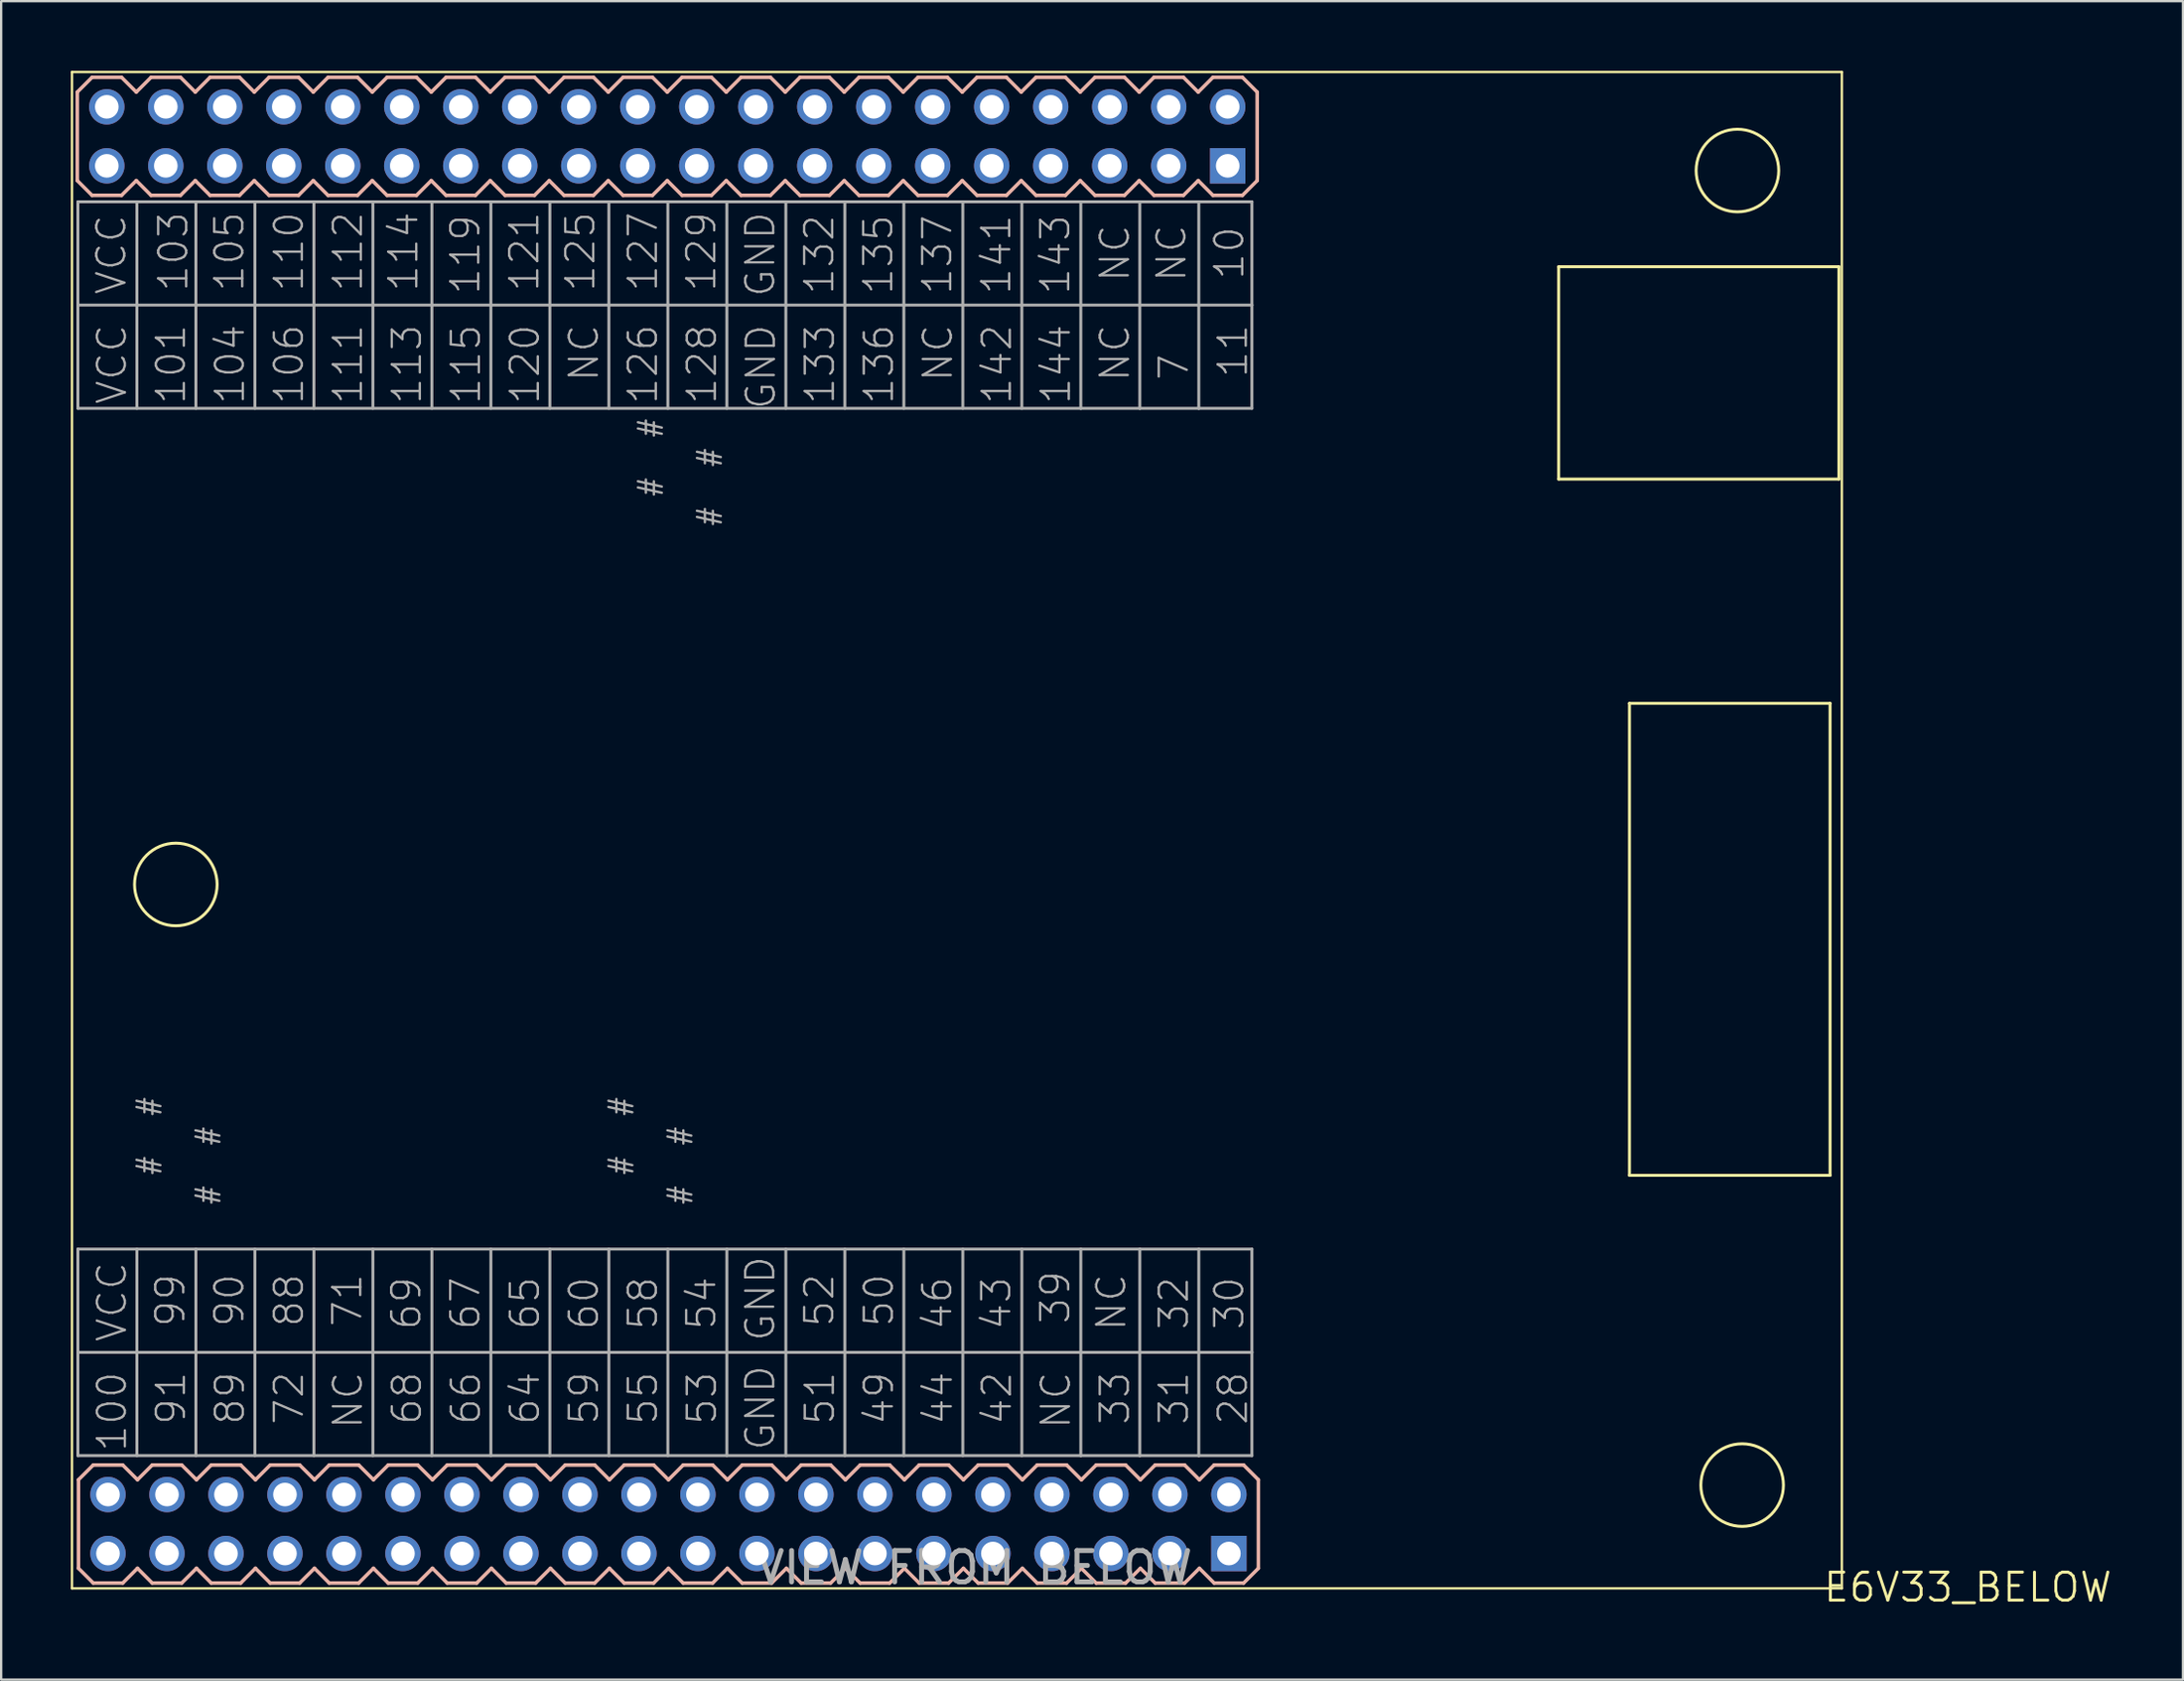
<source format=kicad_pcb>
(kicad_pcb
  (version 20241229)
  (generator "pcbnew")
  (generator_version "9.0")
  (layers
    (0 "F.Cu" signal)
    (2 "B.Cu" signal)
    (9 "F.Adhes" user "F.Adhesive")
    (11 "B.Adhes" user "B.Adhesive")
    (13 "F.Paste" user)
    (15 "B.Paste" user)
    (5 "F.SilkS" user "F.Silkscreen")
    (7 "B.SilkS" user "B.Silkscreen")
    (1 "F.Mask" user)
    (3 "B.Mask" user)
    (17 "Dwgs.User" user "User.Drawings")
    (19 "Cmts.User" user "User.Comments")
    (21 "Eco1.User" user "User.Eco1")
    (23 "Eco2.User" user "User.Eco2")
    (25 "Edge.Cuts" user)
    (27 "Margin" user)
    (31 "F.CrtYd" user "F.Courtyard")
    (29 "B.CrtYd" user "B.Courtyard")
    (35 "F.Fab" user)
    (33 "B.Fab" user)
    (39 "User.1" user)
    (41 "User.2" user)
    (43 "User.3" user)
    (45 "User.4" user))
  (footprint "E6V33_BELOW"
    (layer "F.Cu")
    (at 76.529 32.689)
    (property "Reference" "E6V33_BELOW" (at -1.143 33.299 0) (layer "F.SilkS") (effects (font (size 1.206 1.206) (thickness 0.127)) (justify left bottom)))
    (attr through_hole)
    (fp_line (start -76.479 -32.639) (end -0.279 -32.639) (stroke (width 0.1) (type solid)) (layer "F.SilkS"))
    (fp_line (start -76.479 32.639) (end -76.479 -32.639) (stroke (width 0.1) (type solid)) (layer "F.SilkS"))
    (fp_line (start -12.471 -24.257) (end -0.406 -24.257) (stroke (width 0.127) (type solid)) (layer "F.SilkS"))
    (fp_line (start -12.471 -15.113) (end -12.471 -24.257) (stroke (width 0.127) (type solid)) (layer "F.SilkS"))
    (fp_line (start -9.423 -5.461) (end -0.787 -5.461) (stroke (width 0.127) (type solid)) (layer "F.SilkS"))
    (fp_line (start -9.423 14.859) (end -9.423 -5.461) (stroke (width 0.127) (type solid)) (layer "F.SilkS"))
    (fp_line (start -0.787 -5.461) (end -0.787 14.859) (stroke (width 0.127) (type solid)) (layer "F.SilkS"))
    (fp_line (start -0.787 14.859) (end -9.423 14.859) (stroke (width 0.127) (type solid)) (layer "F.SilkS"))
    (fp_line (start -0.406 -24.257) (end -0.406 -15.113) (stroke (width 0.127) (type solid)) (layer "F.SilkS"))
    (fp_line (start -0.406 -15.113) (end -12.471 -15.113) (stroke (width 0.127) (type solid)) (layer "F.SilkS"))
    (fp_line (start -0.279 -32.639) (end -0.279 32.639) (stroke (width 0.1) (type solid)) (layer "F.SilkS"))
    (fp_line (start -0.279 32.639) (end -76.479 32.639) (stroke (width 0.1) (type solid)) (layer "F.SilkS"))
    (fp_circle (center -72.009 2.337) (end -70.231 2.337) (stroke (width 0.127) (type solid)) (fill no) (layer "F.SilkS"))
    (fp_circle (center -4.775 -28.397) (end -2.997 -28.397) (stroke (width 0.127) (type solid)) (fill no) (layer "F.SilkS"))
    (fp_circle (center -4.572 28.194) (end -2.794 28.194) (stroke (width 0.127) (type solid)) (fill no) (layer "F.SilkS"))
    (fp_line (start -76.251 -31.775) (end -76.251 -27.965) (stroke (width 0.152) (type solid)) (layer "B.SilkS"))
    (fp_line (start -76.251 -27.965) (end -75.616 -27.33) (stroke (width 0.152) (type solid)) (layer "B.SilkS"))
    (fp_line (start -76.2 27.965) (end -76.2 31.775) (stroke (width 0.152) (type solid)) (layer "B.SilkS"))
    (fp_line (start -76.2 31.775) (end -75.565 32.41) (stroke (width 0.152) (type solid)) (layer "B.SilkS"))
    (fp_line (start -75.616 -32.41) (end -76.251 -31.775) (stroke (width 0.152) (type solid)) (layer "B.SilkS"))
    (fp_line (start -75.616 -27.33) (end -74.346 -27.33) (stroke (width 0.152) (type solid)) (layer "B.SilkS"))
    (fp_line (start -75.565 27.33) (end -76.2 27.965) (stroke (width 0.152) (type solid)) (layer "B.SilkS"))
    (fp_line (start -75.565 32.41) (end -74.295 32.41) (stroke (width 0.152) (type solid)) (layer "B.SilkS"))
    (fp_line (start -74.346 -32.41) (end -75.616 -32.41) (stroke (width 0.152) (type solid)) (layer "B.SilkS"))
    (fp_line (start -74.346 -27.33) (end -73.711 -27.965) (stroke (width 0.152) (type solid)) (layer "B.SilkS"))
    (fp_line (start -74.295 27.33) (end -75.565 27.33) (stroke (width 0.152) (type solid)) (layer "B.SilkS"))
    (fp_line (start -74.295 32.41) (end -73.66 31.775) (stroke (width 0.152) (type solid)) (layer "B.SilkS"))
    (fp_line (start -73.711 -31.775) (end -74.346 -32.41) (stroke (width 0.152) (type solid)) (layer "B.SilkS"))
    (fp_line (start -73.711 -27.965) (end -73.076 -27.33) (stroke (width 0.152) (type solid)) (layer "B.SilkS"))
    (fp_line (start -73.66 27.965) (end -74.295 27.33) (stroke (width 0.152) (type solid)) (layer "B.SilkS"))
    (fp_line (start -73.66 31.775) (end -73.025 32.41) (stroke (width 0.152) (type solid)) (layer "B.SilkS"))
    (fp_line (start -73.076 -32.41) (end -73.711 -31.775) (stroke (width 0.152) (type solid)) (layer "B.SilkS"))
    (fp_line (start -73.076 -27.33) (end -71.806 -27.33) (stroke (width 0.152) (type solid)) (layer "B.SilkS"))
    (fp_line (start -73.025 27.33) (end -73.66 27.965) (stroke (width 0.152) (type solid)) (layer "B.SilkS"))
    (fp_line (start -73.025 32.41) (end -71.755 32.41) (stroke (width 0.152) (type solid)) (layer "B.SilkS"))
    (fp_line (start -71.806 -32.41) (end -73.076 -32.41) (stroke (width 0.152) (type solid)) (layer "B.SilkS"))
    (fp_line (start -71.806 -27.33) (end -71.171 -27.965) (stroke (width 0.152) (type solid)) (layer "B.SilkS"))
    (fp_line (start -71.755 27.33) (end -73.025 27.33) (stroke (width 0.152) (type solid)) (layer "B.SilkS"))
    (fp_line (start -71.755 32.41) (end -71.12 31.775) (stroke (width 0.152) (type solid)) (layer "B.SilkS"))
    (fp_line (start -71.171 -31.775) (end -71.806 -32.41) (stroke (width 0.152) (type solid)) (layer "B.SilkS"))
    (fp_line (start -71.171 -27.965) (end -70.536 -27.33) (stroke (width 0.152) (type solid)) (layer "B.SilkS"))
    (fp_line (start -71.12 27.965) (end -71.755 27.33) (stroke (width 0.152) (type solid)) (layer "B.SilkS"))
    (fp_line (start -71.12 31.775) (end -70.485 32.41) (stroke (width 0.152) (type solid)) (layer "B.SilkS"))
    (fp_line (start -70.536 -32.41) (end -71.171 -31.775) (stroke (width 0.152) (type solid)) (layer "B.SilkS"))
    (fp_line (start -70.536 -27.33) (end -69.266 -27.33) (stroke (width 0.152) (type solid)) (layer "B.SilkS"))
    (fp_line (start -70.485 27.33) (end -71.12 27.965) (stroke (width 0.152) (type solid)) (layer "B.SilkS"))
    (fp_line (start -70.485 32.41) (end -69.215 32.41) (stroke (width 0.152) (type solid)) (layer "B.SilkS"))
    (fp_line (start -69.266 -32.41) (end -70.536 -32.41) (stroke (width 0.152) (type solid)) (layer "B.SilkS"))
    (fp_line (start -69.266 -32.41) (end -68.631 -31.775) (stroke (width 0.152) (type solid)) (layer "B.SilkS"))
    (fp_line (start -69.215 27.33) (end -70.485 27.33) (stroke (width 0.152) (type solid)) (layer "B.SilkS"))
    (fp_line (start -69.215 27.33) (end -68.58 27.965) (stroke (width 0.152) (type solid)) (layer "B.SilkS"))
    (fp_line (start -68.631 -27.965) (end -69.266 -27.33) (stroke (width 0.152) (type solid)) (layer "B.SilkS"))
    (fp_line (start -68.631 -27.965) (end -67.996 -27.33) (stroke (width 0.152) (type solid)) (layer "B.SilkS"))
    (fp_line (start -68.58 31.775) (end -69.215 32.41) (stroke (width 0.152) (type solid)) (layer "B.SilkS"))
    (fp_line (start -68.58 31.775) (end -67.945 32.41) (stroke (width 0.152) (type solid)) (layer "B.SilkS"))
    (fp_line (start -67.996 -32.41) (end -68.631 -31.775) (stroke (width 0.152) (type solid)) (layer "B.SilkS"))
    (fp_line (start -67.996 -27.33) (end -66.726 -27.33) (stroke (width 0.152) (type solid)) (layer "B.SilkS"))
    (fp_line (start -67.945 27.33) (end -68.58 27.965) (stroke (width 0.152) (type solid)) (layer "B.SilkS"))
    (fp_line (start -67.945 32.41) (end -66.675 32.41) (stroke (width 0.152) (type solid)) (layer "B.SilkS"))
    (fp_line (start -66.726 -32.41) (end -67.996 -32.41) (stroke (width 0.152) (type solid)) (layer "B.SilkS"))
    (fp_line (start -66.726 -27.33) (end -66.091 -27.965) (stroke (width 0.152) (type solid)) (layer "B.SilkS"))
    (fp_line (start -66.675 27.33) (end -67.945 27.33) (stroke (width 0.152) (type solid)) (layer "B.SilkS"))
    (fp_line (start -66.675 32.41) (end -66.04 31.775) (stroke (width 0.152) (type solid)) (layer "B.SilkS"))
    (fp_line (start -66.091 -31.775) (end -66.726 -32.41) (stroke (width 0.152) (type solid)) (layer "B.SilkS"))
    (fp_line (start -66.091 -27.965) (end -65.456 -27.33) (stroke (width 0.152) (type solid)) (layer "B.SilkS"))
    (fp_line (start -66.04 27.965) (end -66.675 27.33) (stroke (width 0.152) (type solid)) (layer "B.SilkS"))
    (fp_line (start -66.04 31.775) (end -65.405 32.41) (stroke (width 0.152) (type solid)) (layer "B.SilkS"))
    (fp_line (start -65.456 -32.41) (end -66.091 -31.775) (stroke (width 0.152) (type solid)) (layer "B.SilkS"))
    (fp_line (start -65.456 -27.33) (end -64.186 -27.33) (stroke (width 0.152) (type solid)) (layer "B.SilkS"))
    (fp_line (start -65.405 27.33) (end -66.04 27.965) (stroke (width 0.152) (type solid)) (layer "B.SilkS"))
    (fp_line (start -65.405 32.41) (end -64.135 32.41) (stroke (width 0.152) (type solid)) (layer "B.SilkS"))
    (fp_line (start -64.186 -32.41) (end -65.456 -32.41) (stroke (width 0.152) (type solid)) (layer "B.SilkS"))
    (fp_line (start -64.186 -27.33) (end -63.551 -27.965) (stroke (width 0.152) (type solid)) (layer "B.SilkS"))
    (fp_line (start -64.135 27.33) (end -65.405 27.33) (stroke (width 0.152) (type solid)) (layer "B.SilkS"))
    (fp_line (start -64.135 32.41) (end -63.5 31.775) (stroke (width 0.152) (type solid)) (layer "B.SilkS"))
    (fp_line (start -63.551 -31.775) (end -64.186 -32.41) (stroke (width 0.152) (type solid)) (layer "B.SilkS"))
    (fp_line (start -63.551 -27.965) (end -62.916 -27.33) (stroke (width 0.152) (type solid)) (layer "B.SilkS"))
    (fp_line (start -63.5 27.965) (end -64.135 27.33) (stroke (width 0.152) (type solid)) (layer "B.SilkS"))
    (fp_line (start -63.5 31.775) (end -62.865 32.41) (stroke (width 0.152) (type solid)) (layer "B.SilkS"))
    (fp_line (start -62.916 -32.41) (end -63.551 -31.775) (stroke (width 0.152) (type solid)) (layer "B.SilkS"))
    (fp_line (start -62.916 -27.33) (end -61.646 -27.33) (stroke (width 0.152) (type solid)) (layer "B.SilkS"))
    (fp_line (start -62.865 27.33) (end -63.5 27.965) (stroke (width 0.152) (type solid)) (layer "B.SilkS"))
    (fp_line (start -62.865 32.41) (end -61.595 32.41) (stroke (width 0.152) (type solid)) (layer "B.SilkS"))
    (fp_line (start -61.646 -32.41) (end -62.916 -32.41) (stroke (width 0.152) (type solid)) (layer "B.SilkS"))
    (fp_line (start -61.646 -32.41) (end -61.011 -31.775) (stroke (width 0.152) (type solid)) (layer "B.SilkS"))
    (fp_line (start -61.595 27.33) (end -62.865 27.33) (stroke (width 0.152) (type solid)) (layer "B.SilkS"))
    (fp_line (start -61.595 27.33) (end -60.96 27.965) (stroke (width 0.152) (type solid)) (layer "B.SilkS"))
    (fp_line (start -61.011 -27.965) (end -61.646 -27.33) (stroke (width 0.152) (type solid)) (layer "B.SilkS"))
    (fp_line (start -61.011 -27.965) (end -60.376 -27.33) (stroke (width 0.152) (type solid)) (layer "B.SilkS"))
    (fp_line (start -60.96 31.775) (end -61.595 32.41) (stroke (width 0.152) (type solid)) (layer "B.SilkS"))
    (fp_line (start -60.96 31.775) (end -60.325 32.41) (stroke (width 0.152) (type solid)) (layer "B.SilkS"))
    (fp_line (start -60.376 -32.41) (end -61.011 -31.775) (stroke (width 0.152) (type solid)) (layer "B.SilkS"))
    (fp_line (start -60.376 -27.33) (end -59.106 -27.33) (stroke (width 0.152) (type solid)) (layer "B.SilkS"))
    (fp_line (start -60.325 27.33) (end -60.96 27.965) (stroke (width 0.152) (type solid)) (layer "B.SilkS"))
    (fp_line (start -60.325 32.41) (end -59.055 32.41) (stroke (width 0.152) (type solid)) (layer "B.SilkS"))
    (fp_line (start -59.106 -32.41) (end -60.376 -32.41) (stroke (width 0.152) (type solid)) (layer "B.SilkS"))
    (fp_line (start -59.106 -27.33) (end -58.471 -27.965) (stroke (width 0.152) (type solid)) (layer "B.SilkS"))
    (fp_line (start -59.055 27.33) (end -60.325 27.33) (stroke (width 0.152) (type solid)) (layer "B.SilkS"))
    (fp_line (start -59.055 32.41) (end -58.42 31.775) (stroke (width 0.152) (type solid)) (layer "B.SilkS"))
    (fp_line (start -58.471 -31.775) (end -59.106 -32.41) (stroke (width 0.152) (type solid)) (layer "B.SilkS"))
    (fp_line (start -58.471 -27.965) (end -57.836 -27.33) (stroke (width 0.152) (type solid)) (layer "B.SilkS"))
    (fp_line (start -58.42 27.965) (end -59.055 27.33) (stroke (width 0.152) (type solid)) (layer "B.SilkS"))
    (fp_line (start -58.42 31.775) (end -57.785 32.41) (stroke (width 0.152) (type solid)) (layer "B.SilkS"))
    (fp_line (start -57.836 -32.41) (end -58.471 -31.775) (stroke (width 0.152) (type solid)) (layer "B.SilkS"))
    (fp_line (start -57.836 -27.33) (end -56.566 -27.33) (stroke (width 0.152) (type solid)) (layer "B.SilkS"))
    (fp_line (start -57.785 27.33) (end -58.42 27.965) (stroke (width 0.152) (type solid)) (layer "B.SilkS"))
    (fp_line (start -57.785 32.41) (end -56.515 32.41) (stroke (width 0.152) (type solid)) (layer "B.SilkS"))
    (fp_line (start -56.566 -32.41) (end -57.836 -32.41) (stroke (width 0.152) (type solid)) (layer "B.SilkS"))
    (fp_line (start -56.566 -27.33) (end -55.931 -27.965) (stroke (width 0.152) (type solid)) (layer "B.SilkS"))
    (fp_line (start -56.515 27.33) (end -57.785 27.33) (stroke (width 0.152) (type solid)) (layer "B.SilkS"))
    (fp_line (start -56.515 32.41) (end -55.88 31.775) (stroke (width 0.152) (type solid)) (layer "B.SilkS"))
    (fp_line (start -55.931 -31.775) (end -56.566 -32.41) (stroke (width 0.152) (type solid)) (layer "B.SilkS"))
    (fp_line (start -55.931 -27.965) (end -55.296 -27.33) (stroke (width 0.152) (type solid)) (layer "B.SilkS"))
    (fp_line (start -55.88 27.965) (end -56.515 27.33) (stroke (width 0.152) (type solid)) (layer "B.SilkS"))
    (fp_line (start -55.88 31.775) (end -55.245 32.41) (stroke (width 0.152) (type solid)) (layer "B.SilkS"))
    (fp_line (start -55.296 -32.41) (end -55.931 -31.775) (stroke (width 0.152) (type solid)) (layer "B.SilkS"))
    (fp_line (start -55.296 -27.33) (end -54.026 -27.33) (stroke (width 0.152) (type solid)) (layer "B.SilkS"))
    (fp_line (start -55.245 27.33) (end -55.88 27.965) (stroke (width 0.152) (type solid)) (layer "B.SilkS"))
    (fp_line (start -55.245 32.41) (end -53.975 32.41) (stroke (width 0.152) (type solid)) (layer "B.SilkS"))
    (fp_line (start -54.026 -32.41) (end -55.296 -32.41) (stroke (width 0.152) (type solid)) (layer "B.SilkS"))
    (fp_line (start -54.026 -27.33) (end -53.391 -27.965) (stroke (width 0.152) (type solid)) (layer "B.SilkS"))
    (fp_line (start -53.975 27.33) (end -55.245 27.33) (stroke (width 0.152) (type solid)) (layer "B.SilkS"))
    (fp_line (start -53.975 32.41) (end -53.34 31.775) (stroke (width 0.152) (type solid)) (layer "B.SilkS"))
    (fp_line (start -53.391 -31.775) (end -54.026 -32.41) (stroke (width 0.152) (type solid)) (layer "B.SilkS"))
    (fp_line (start -53.391 -27.965) (end -52.756 -27.33) (stroke (width 0.152) (type solid)) (layer "B.SilkS"))
    (fp_line (start -53.34 27.965) (end -53.975 27.33) (stroke (width 0.152) (type solid)) (layer "B.SilkS"))
    (fp_line (start -53.34 31.775) (end -52.705 32.41) (stroke (width 0.152) (type solid)) (layer "B.SilkS"))
    (fp_line (start -52.756 -32.41) (end -53.391 -31.775) (stroke (width 0.152) (type solid)) (layer "B.SilkS"))
    (fp_line (start -52.756 -27.33) (end -51.486 -27.33) (stroke (width 0.152) (type solid)) (layer "B.SilkS"))
    (fp_line (start -52.705 27.33) (end -53.34 27.965) (stroke (width 0.152) (type solid)) (layer "B.SilkS"))
    (fp_line (start -52.705 32.41) (end -51.435 32.41) (stroke (width 0.152) (type solid)) (layer "B.SilkS"))
    (fp_line (start -51.486 -32.41) (end -52.756 -32.41) (stroke (width 0.152) (type solid)) (layer "B.SilkS"))
    (fp_line (start -51.486 -32.41) (end -50.851 -31.775) (stroke (width 0.152) (type solid)) (layer "B.SilkS"))
    (fp_line (start -51.435 27.33) (end -52.705 27.33) (stroke (width 0.152) (type solid)) (layer "B.SilkS"))
    (fp_line (start -51.435 27.33) (end -50.8 27.965) (stroke (width 0.152) (type solid)) (layer "B.SilkS"))
    (fp_line (start -50.851 -27.965) (end -51.486 -27.33) (stroke (width 0.152) (type solid)) (layer "B.SilkS"))
    (fp_line (start -50.851 -27.965) (end -50.216 -27.33) (stroke (width 0.152) (type solid)) (layer "B.SilkS"))
    (fp_line (start -50.8 31.775) (end -51.435 32.41) (stroke (width 0.152) (type solid)) (layer "B.SilkS"))
    (fp_line (start -50.8 31.775) (end -50.165 32.41) (stroke (width 0.152) (type solid)) (layer "B.SilkS"))
    (fp_line (start -50.216 -32.41) (end -50.851 -31.775) (stroke (width 0.152) (type solid)) (layer "B.SilkS"))
    (fp_line (start -50.216 -27.33) (end -48.946 -27.33) (stroke (width 0.152) (type solid)) (layer "B.SilkS"))
    (fp_line (start -50.165 27.33) (end -50.8 27.965) (stroke (width 0.152) (type solid)) (layer "B.SilkS"))
    (fp_line (start -50.165 32.41) (end -48.895 32.41) (stroke (width 0.152) (type solid)) (layer "B.SilkS"))
    (fp_line (start -48.946 -32.41) (end -50.216 -32.41) (stroke (width 0.152) (type solid)) (layer "B.SilkS"))
    (fp_line (start -48.946 -27.33) (end -48.311 -27.965) (stroke (width 0.152) (type solid)) (layer "B.SilkS"))
    (fp_line (start -48.895 27.33) (end -50.165 27.33) (stroke (width 0.152) (type solid)) (layer "B.SilkS"))
    (fp_line (start -48.895 32.41) (end -48.26 31.775) (stroke (width 0.152) (type solid)) (layer "B.SilkS"))
    (fp_line (start -48.311 -31.775) (end -48.946 -32.41) (stroke (width 0.152) (type solid)) (layer "B.SilkS"))
    (fp_line (start -48.311 -27.965) (end -47.676 -27.33) (stroke (width 0.152) (type solid)) (layer "B.SilkS"))
    (fp_line (start -48.26 27.965) (end -48.895 27.33) (stroke (width 0.152) (type solid)) (layer "B.SilkS"))
    (fp_line (start -48.26 31.775) (end -47.625 32.41) (stroke (width 0.152) (type solid)) (layer "B.SilkS"))
    (fp_line (start -47.676 -32.41) (end -48.311 -31.775) (stroke (width 0.152) (type solid)) (layer "B.SilkS"))
    (fp_line (start -47.676 -27.33) (end -46.406 -27.33) (stroke (width 0.152) (type solid)) (layer "B.SilkS"))
    (fp_line (start -47.625 27.33) (end -48.26 27.965) (stroke (width 0.152) (type solid)) (layer "B.SilkS"))
    (fp_line (start -47.625 32.41) (end -46.355 32.41) (stroke (width 0.152) (type solid)) (layer "B.SilkS"))
    (fp_line (start -46.406 -32.41) (end -47.676 -32.41) (stroke (width 0.152) (type solid)) (layer "B.SilkS"))
    (fp_line (start -46.406 -27.33) (end -45.771 -27.965) (stroke (width 0.152) (type solid)) (layer "B.SilkS"))
    (fp_line (start -46.355 27.33) (end -47.625 27.33) (stroke (width 0.152) (type solid)) (layer "B.SilkS"))
    (fp_line (start -46.355 32.41) (end -45.72 31.775) (stroke (width 0.152) (type solid)) (layer "B.SilkS"))
    (fp_line (start -45.771 -31.775) (end -46.406 -32.41) (stroke (width 0.152) (type solid)) (layer "B.SilkS"))
    (fp_line (start -45.771 -27.965) (end -45.136 -27.33) (stroke (width 0.152) (type solid)) (layer "B.SilkS"))
    (fp_line (start -45.72 27.965) (end -46.355 27.33) (stroke (width 0.152) (type solid)) (layer "B.SilkS"))
    (fp_line (start -45.72 31.775) (end -45.085 32.41) (stroke (width 0.152) (type solid)) (layer "B.SilkS"))
    (fp_line (start -45.136 -32.41) (end -45.771 -31.775) (stroke (width 0.152) (type solid)) (layer "B.SilkS"))
    (fp_line (start -45.136 -27.33) (end -43.866 -27.33) (stroke (width 0.152) (type solid)) (layer "B.SilkS"))
    (fp_line (start -45.085 27.33) (end -45.72 27.965) (stroke (width 0.152) (type solid)) (layer "B.SilkS"))
    (fp_line (start -45.085 32.41) (end -43.815 32.41) (stroke (width 0.152) (type solid)) (layer "B.SilkS"))
    (fp_line (start -43.866 -32.41) (end -45.136 -32.41) (stroke (width 0.152) (type solid)) (layer "B.SilkS"))
    (fp_line (start -43.866 -32.41) (end -43.231 -31.775) (stroke (width 0.152) (type solid)) (layer "B.SilkS"))
    (fp_line (start -43.815 27.33) (end -45.085 27.33) (stroke (width 0.152) (type solid)) (layer "B.SilkS"))
    (fp_line (start -43.815 27.33) (end -43.18 27.965) (stroke (width 0.152) (type solid)) (layer "B.SilkS"))
    (fp_line (start -43.231 -27.965) (end -43.866 -27.33) (stroke (width 0.152) (type solid)) (layer "B.SilkS"))
    (fp_line (start -43.231 -27.965) (end -42.596 -27.33) (stroke (width 0.152) (type solid)) (layer "B.SilkS"))
    (fp_line (start -43.18 31.775) (end -43.815 32.41) (stroke (width 0.152) (type solid)) (layer "B.SilkS"))
    (fp_line (start -43.18 31.775) (end -42.545 32.41) (stroke (width 0.152) (type solid)) (layer "B.SilkS"))
    (fp_line (start -42.596 -32.41) (end -43.231 -31.775) (stroke (width 0.152) (type solid)) (layer "B.SilkS"))
    (fp_line (start -42.596 -27.33) (end -41.326 -27.33) (stroke (width 0.152) (type solid)) (layer "B.SilkS"))
    (fp_line (start -42.545 27.33) (end -43.18 27.965) (stroke (width 0.152) (type solid)) (layer "B.SilkS"))
    (fp_line (start -42.545 32.41) (end -41.275 32.41) (stroke (width 0.152) (type solid)) (layer "B.SilkS"))
    (fp_line (start -41.326 -32.41) (end -42.596 -32.41) (stroke (width 0.152) (type solid)) (layer "B.SilkS"))
    (fp_line (start -41.326 -27.33) (end -40.691 -27.965) (stroke (width 0.152) (type solid)) (layer "B.SilkS"))
    (fp_line (start -41.275 27.33) (end -42.545 27.33) (stroke (width 0.152) (type solid)) (layer "B.SilkS"))
    (fp_line (start -41.275 32.41) (end -40.64 31.775) (stroke (width 0.152) (type solid)) (layer "B.SilkS"))
    (fp_line (start -40.691 -31.775) (end -41.326 -32.41) (stroke (width 0.152) (type solid)) (layer "B.SilkS"))
    (fp_line (start -40.691 -27.965) (end -40.056 -27.33) (stroke (width 0.152) (type solid)) (layer "B.SilkS"))
    (fp_line (start -40.64 27.965) (end -41.275 27.33) (stroke (width 0.152) (type solid)) (layer "B.SilkS"))
    (fp_line (start -40.64 31.775) (end -40.005 32.41) (stroke (width 0.152) (type solid)) (layer "B.SilkS"))
    (fp_line (start -40.056 -32.41) (end -40.691 -31.775) (stroke (width 0.152) (type solid)) (layer "B.SilkS"))
    (fp_line (start -40.056 -27.33) (end -38.786 -27.33) (stroke (width 0.152) (type solid)) (layer "B.SilkS"))
    (fp_line (start -40.005 27.33) (end -40.64 27.965) (stroke (width 0.152) (type solid)) (layer "B.SilkS"))
    (fp_line (start -40.005 32.41) (end -38.735 32.41) (stroke (width 0.152) (type solid)) (layer "B.SilkS"))
    (fp_line (start -38.786 -32.41) (end -40.056 -32.41) (stroke (width 0.152) (type solid)) (layer "B.SilkS"))
    (fp_line (start -38.786 -27.33) (end -38.151 -27.965) (stroke (width 0.152) (type solid)) (layer "B.SilkS"))
    (fp_line (start -38.735 27.33) (end -40.005 27.33) (stroke (width 0.152) (type solid)) (layer "B.SilkS"))
    (fp_line (start -38.735 32.41) (end -38.1 31.775) (stroke (width 0.152) (type solid)) (layer "B.SilkS"))
    (fp_line (start -38.151 -31.775) (end -38.786 -32.41) (stroke (width 0.152) (type solid)) (layer "B.SilkS"))
    (fp_line (start -38.151 -27.965) (end -37.516 -27.33) (stroke (width 0.152) (type solid)) (layer "B.SilkS"))
    (fp_line (start -38.1 27.965) (end -38.735 27.33) (stroke (width 0.152) (type solid)) (layer "B.SilkS"))
    (fp_line (start -38.1 31.775) (end -37.465 32.41) (stroke (width 0.152) (type solid)) (layer "B.SilkS"))
    (fp_line (start -37.516 -32.41) (end -38.151 -31.775) (stroke (width 0.152) (type solid)) (layer "B.SilkS"))
    (fp_line (start -37.516 -27.33) (end -36.246 -27.33) (stroke (width 0.152) (type solid)) (layer "B.SilkS"))
    (fp_line (start -37.465 27.33) (end -38.1 27.965) (stroke (width 0.152) (type solid)) (layer "B.SilkS"))
    (fp_line (start -37.465 32.41) (end -36.195 32.41) (stroke (width 0.152) (type solid)) (layer "B.SilkS"))
    (fp_line (start -36.246 -32.41) (end -37.516 -32.41) (stroke (width 0.152) (type solid)) (layer "B.SilkS"))
    (fp_line (start -36.246 -27.33) (end -35.611 -27.965) (stroke (width 0.152) (type solid)) (layer "B.SilkS"))
    (fp_line (start -36.195 27.33) (end -37.465 27.33) (stroke (width 0.152) (type solid)) (layer "B.SilkS"))
    (fp_line (start -36.195 32.41) (end -35.56 31.775) (stroke (width 0.152) (type solid)) (layer "B.SilkS"))
    (fp_line (start -35.611 -31.775) (end -36.246 -32.41) (stroke (width 0.152) (type solid)) (layer "B.SilkS"))
    (fp_line (start -35.611 -27.965) (end -34.976 -27.33) (stroke (width 0.152) (type solid)) (layer "B.SilkS"))
    (fp_line (start -35.56 27.965) (end -36.195 27.33) (stroke (width 0.152) (type solid)) (layer "B.SilkS"))
    (fp_line (start -35.56 31.775) (end -34.925 32.41) (stroke (width 0.152) (type solid)) (layer "B.SilkS"))
    (fp_line (start -34.976 -32.41) (end -35.611 -31.775) (stroke (width 0.152) (type solid)) (layer "B.SilkS"))
    (fp_line (start -34.976 -27.33) (end -33.706 -27.33) (stroke (width 0.152) (type solid)) (layer "B.SilkS"))
    (fp_line (start -34.925 27.33) (end -35.56 27.965) (stroke (width 0.152) (type solid)) (layer "B.SilkS"))
    (fp_line (start -34.925 32.41) (end -33.655 32.41) (stroke (width 0.152) (type solid)) (layer "B.SilkS"))
    (fp_line (start -33.706 -32.41) (end -34.976 -32.41) (stroke (width 0.152) (type solid)) (layer "B.SilkS"))
    (fp_line (start -33.706 -32.41) (end -33.071 -31.775) (stroke (width 0.152) (type solid)) (layer "B.SilkS"))
    (fp_line (start -33.655 27.33) (end -34.925 27.33) (stroke (width 0.152) (type solid)) (layer "B.SilkS"))
    (fp_line (start -33.655 27.33) (end -33.02 27.965) (stroke (width 0.152) (type solid)) (layer "B.SilkS"))
    (fp_line (start -33.071 -27.965) (end -33.706 -27.33) (stroke (width 0.152) (type solid)) (layer "B.SilkS"))
    (fp_line (start -33.071 -27.965) (end -32.436 -27.33) (stroke (width 0.152) (type solid)) (layer "B.SilkS"))
    (fp_line (start -33.02 31.775) (end -33.655 32.41) (stroke (width 0.152) (type solid)) (layer "B.SilkS"))
    (fp_line (start -33.02 31.775) (end -32.385 32.41) (stroke (width 0.152) (type solid)) (layer "B.SilkS"))
    (fp_line (start -32.436 -32.41) (end -33.071 -31.775) (stroke (width 0.152) (type solid)) (layer "B.SilkS"))
    (fp_line (start -32.436 -27.33) (end -31.166 -27.33) (stroke (width 0.152) (type solid)) (layer "B.SilkS"))
    (fp_line (start -32.385 27.33) (end -33.02 27.965) (stroke (width 0.152) (type solid)) (layer "B.SilkS"))
    (fp_line (start -32.385 32.41) (end -31.115 32.41) (stroke (width 0.152) (type solid)) (layer "B.SilkS"))
    (fp_line (start -31.166 -32.41) (end -32.436 -32.41) (stroke (width 0.152) (type solid)) (layer "B.SilkS"))
    (fp_line (start -31.166 -27.33) (end -30.531 -27.965) (stroke (width 0.152) (type solid)) (layer "B.SilkS"))
    (fp_line (start -31.115 27.33) (end -32.385 27.33) (stroke (width 0.152) (type solid)) (layer "B.SilkS"))
    (fp_line (start -31.115 32.41) (end -30.48 31.775) (stroke (width 0.152) (type solid)) (layer "B.SilkS"))
    (fp_line (start -30.531 -31.775) (end -31.166 -32.41) (stroke (width 0.152) (type solid)) (layer "B.SilkS"))
    (fp_line (start -30.531 -27.965) (end -29.896 -27.33) (stroke (width 0.152) (type solid)) (layer "B.SilkS"))
    (fp_line (start -30.48 27.965) (end -31.115 27.33) (stroke (width 0.152) (type solid)) (layer "B.SilkS"))
    (fp_line (start -30.48 31.775) (end -29.845 32.41) (stroke (width 0.152) (type solid)) (layer "B.SilkS"))
    (fp_line (start -29.896 -32.41) (end -30.531 -31.775) (stroke (width 0.152) (type solid)) (layer "B.SilkS"))
    (fp_line (start -29.896 -27.33) (end -28.626 -27.33) (stroke (width 0.152) (type solid)) (layer "B.SilkS"))
    (fp_line (start -29.845 27.33) (end -30.48 27.965) (stroke (width 0.152) (type solid)) (layer "B.SilkS"))
    (fp_line (start -29.845 32.41) (end -28.575 32.41) (stroke (width 0.152) (type solid)) (layer "B.SilkS"))
    (fp_line (start -28.626 -32.41) (end -29.896 -32.41) (stroke (width 0.152) (type solid)) (layer "B.SilkS"))
    (fp_line (start -28.626 -27.33) (end -27.991 -27.965) (stroke (width 0.152) (type solid)) (layer "B.SilkS"))
    (fp_line (start -28.575 27.33) (end -29.845 27.33) (stroke (width 0.152) (type solid)) (layer "B.SilkS"))
    (fp_line (start -28.575 32.41) (end -27.94 31.775) (stroke (width 0.152) (type solid)) (layer "B.SilkS"))
    (fp_line (start -27.991 -31.775) (end -28.626 -32.41) (stroke (width 0.152) (type solid)) (layer "B.SilkS"))
    (fp_line (start -27.991 -27.965) (end -27.356 -27.33) (stroke (width 0.152) (type solid)) (layer "B.SilkS"))
    (fp_line (start -27.94 27.965) (end -28.575 27.33) (stroke (width 0.152) (type solid)) (layer "B.SilkS"))
    (fp_line (start -27.94 31.775) (end -27.305 32.41) (stroke (width 0.152) (type solid)) (layer "B.SilkS"))
    (fp_line (start -27.356 -32.41) (end -27.991 -31.775) (stroke (width 0.152) (type solid)) (layer "B.SilkS"))
    (fp_line (start -27.356 -27.33) (end -26.086 -27.33) (stroke (width 0.152) (type solid)) (layer "B.SilkS"))
    (fp_line (start -27.305 27.33) (end -27.94 27.965) (stroke (width 0.152) (type solid)) (layer "B.SilkS"))
    (fp_line (start -27.305 32.41) (end -26.035 32.41) (stroke (width 0.152) (type solid)) (layer "B.SilkS"))
    (fp_line (start -26.086 -32.41) (end -27.356 -32.41) (stroke (width 0.152) (type solid)) (layer "B.SilkS"))
    (fp_line (start -26.086 -32.41) (end -25.451 -31.775) (stroke (width 0.152) (type solid)) (layer "B.SilkS"))
    (fp_line (start -26.035 27.33) (end -27.305 27.33) (stroke (width 0.152) (type solid)) (layer "B.SilkS"))
    (fp_line (start -26.035 27.33) (end -25.4 27.965) (stroke (width 0.152) (type solid)) (layer "B.SilkS"))
    (fp_line (start -25.451 -31.775) (end -25.451 -27.965) (stroke (width 0.152) (type solid)) (layer "B.SilkS"))
    (fp_line (start -25.451 -27.965) (end -26.086 -27.33) (stroke (width 0.152) (type solid)) (layer "B.SilkS"))
    (fp_line (start -25.4 27.965) (end -25.4 31.775) (stroke (width 0.152) (type solid)) (layer "B.SilkS"))
    (fp_line (start -25.4 31.775) (end -26.035 32.41) (stroke (width 0.152) (type solid)) (layer "B.SilkS"))
    (fp_poly (pts (xy -74.727 -31.394) (xy -75.235 -31.394) (xy -75.235 -30.886) (xy -74.727 -30.886)) (stroke (width 0.1) (type solid)) (fill no) (layer "B.Fab"))
    (fp_poly (pts (xy -74.727 -28.854) (xy -75.235 -28.854) (xy -75.235 -28.346) (xy -74.727 -28.346)) (stroke (width 0.1) (type solid)) (fill no) (layer "B.Fab"))
    (fp_poly (pts (xy -74.676 28.346) (xy -75.184 28.346) (xy -75.184 28.854) (xy -74.676 28.854)) (stroke (width 0.1) (type solid)) (fill no) (layer "B.Fab"))
    (fp_poly (pts (xy -74.676 30.886) (xy -75.184 30.886) (xy -75.184 31.394) (xy -74.676 31.394)) (stroke (width 0.1) (type solid)) (fill no) (layer "B.Fab"))
    (fp_poly (pts (xy -72.187 -31.394) (xy -72.695 -31.394) (xy -72.695 -30.886) (xy -72.187 -30.886)) (stroke (width 0.1) (type solid)) (fill no) (layer "B.Fab"))
    (fp_poly (pts (xy -72.187 -28.854) (xy -72.695 -28.854) (xy -72.695 -28.346) (xy -72.187 -28.346)) (stroke (width 0.1) (type solid)) (fill no) (layer "B.Fab"))
    (fp_poly (pts (xy -72.136 28.346) (xy -72.644 28.346) (xy -72.644 28.854) (xy -72.136 28.854)) (stroke (width 0.1) (type solid)) (fill no) (layer "B.Fab"))
    (fp_poly (pts (xy -72.136 30.886) (xy -72.644 30.886) (xy -72.644 31.394) (xy -72.136 31.394)) (stroke (width 0.1) (type solid)) (fill no) (layer "B.Fab"))
    (fp_poly (pts (xy -69.647 -31.394) (xy -70.155 -31.394) (xy -70.155 -30.886) (xy -69.647 -30.886)) (stroke (width 0.1) (type solid)) (fill no) (layer "B.Fab"))
    (fp_poly (pts (xy -69.647 -28.854) (xy -70.155 -28.854) (xy -70.155 -28.346) (xy -69.647 -28.346)) (stroke (width 0.1) (type solid)) (fill no) (layer "B.Fab"))
    (fp_poly (pts (xy -69.596 28.346) (xy -70.104 28.346) (xy -70.104 28.854) (xy -69.596 28.854)) (stroke (width 0.1) (type solid)) (fill no) (layer "B.Fab"))
    (fp_poly (pts (xy -69.596 30.886) (xy -70.104 30.886) (xy -70.104 31.394) (xy -69.596 31.394)) (stroke (width 0.1) (type solid)) (fill no) (layer "B.Fab"))
    (fp_poly (pts (xy -67.107 -31.394) (xy -67.615 -31.394) (xy -67.615 -30.886) (xy -67.107 -30.886)) (stroke (width 0.1) (type solid)) (fill no) (layer "B.Fab"))
    (fp_poly (pts (xy -67.107 -28.854) (xy -67.615 -28.854) (xy -67.615 -28.346) (xy -67.107 -28.346)) (stroke (width 0.1) (type solid)) (fill no) (layer "B.Fab"))
    (fp_poly (pts (xy -67.056 28.346) (xy -67.564 28.346) (xy -67.564 28.854) (xy -67.056 28.854)) (stroke (width 0.1) (type solid)) (fill no) (layer "B.Fab"))
    (fp_poly (pts (xy -67.056 30.886) (xy -67.564 30.886) (xy -67.564 31.394) (xy -67.056 31.394)) (stroke (width 0.1) (type solid)) (fill no) (layer "B.Fab"))
    (fp_poly (pts (xy -64.567 -31.394) (xy -65.075 -31.394) (xy -65.075 -30.886) (xy -64.567 -30.886)) (stroke (width 0.1) (type solid)) (fill no) (layer "B.Fab"))
    (fp_poly (pts (xy -64.567 -28.854) (xy -65.075 -28.854) (xy -65.075 -28.346) (xy -64.567 -28.346)) (stroke (width 0.1) (type solid)) (fill no) (layer "B.Fab"))
    (fp_poly (pts (xy -64.516 28.346) (xy -65.024 28.346) (xy -65.024 28.854) (xy -64.516 28.854)) (stroke (width 0.1) (type solid)) (fill no) (layer "B.Fab"))
    (fp_poly (pts (xy -64.516 30.886) (xy -65.024 30.886) (xy -65.024 31.394) (xy -64.516 31.394)) (stroke (width 0.1) (type solid)) (fill no) (layer "B.Fab"))
    (fp_poly (pts (xy -62.027 -31.394) (xy -62.535 -31.394) (xy -62.535 -30.886) (xy -62.027 -30.886)) (stroke (width 0.1) (type solid)) (fill no) (layer "B.Fab"))
    (fp_poly (pts (xy -62.027 -28.854) (xy -62.535 -28.854) (xy -62.535 -28.346) (xy -62.027 -28.346)) (stroke (width 0.1) (type solid)) (fill no) (layer "B.Fab"))
    (fp_poly (pts (xy -61.976 28.346) (xy -62.484 28.346) (xy -62.484 28.854) (xy -61.976 28.854)) (stroke (width 0.1) (type solid)) (fill no) (layer "B.Fab"))
    (fp_poly (pts (xy -61.976 30.886) (xy -62.484 30.886) (xy -62.484 31.394) (xy -61.976 31.394)) (stroke (width 0.1) (type solid)) (fill no) (layer "B.Fab"))
    (fp_poly (pts (xy -59.487 -31.394) (xy -59.995 -31.394) (xy -59.995 -30.886) (xy -59.487 -30.886)) (stroke (width 0.1) (type solid)) (fill no) (layer "B.Fab"))
    (fp_poly (pts (xy -59.487 -28.854) (xy -59.995 -28.854) (xy -59.995 -28.346) (xy -59.487 -28.346)) (stroke (width 0.1) (type solid)) (fill no) (layer "B.Fab"))
    (fp_poly (pts (xy -59.436 28.346) (xy -59.944 28.346) (xy -59.944 28.854) (xy -59.436 28.854)) (stroke (width 0.1) (type solid)) (fill no) (layer "B.Fab"))
    (fp_poly (pts (xy -59.436 30.886) (xy -59.944 30.886) (xy -59.944 31.394) (xy -59.436 31.394)) (stroke (width 0.1) (type solid)) (fill no) (layer "B.Fab"))
    (fp_poly (pts (xy -56.947 -31.394) (xy -57.455 -31.394) (xy -57.455 -30.886) (xy -56.947 -30.886)) (stroke (width 0.1) (type solid)) (fill no) (layer "B.Fab"))
    (fp_poly (pts (xy -56.947 -28.854) (xy -57.455 -28.854) (xy -57.455 -28.346) (xy -56.947 -28.346)) (stroke (width 0.1) (type solid)) (fill no) (layer "B.Fab"))
    (fp_poly (pts (xy -56.896 28.346) (xy -57.404 28.346) (xy -57.404 28.854) (xy -56.896 28.854)) (stroke (width 0.1) (type solid)) (fill no) (layer "B.Fab"))
    (fp_poly (pts (xy -56.896 30.886) (xy -57.404 30.886) (xy -57.404 31.394) (xy -56.896 31.394)) (stroke (width 0.1) (type solid)) (fill no) (layer "B.Fab"))
    (fp_poly (pts (xy -54.407 -31.394) (xy -54.915 -31.394) (xy -54.915 -30.886) (xy -54.407 -30.886)) (stroke (width 0.1) (type solid)) (fill no) (layer "B.Fab"))
    (fp_poly (pts (xy -54.407 -28.854) (xy -54.915 -28.854) (xy -54.915 -28.346) (xy -54.407 -28.346)) (stroke (width 0.1) (type solid)) (fill no) (layer "B.Fab"))
    (fp_poly (pts (xy -54.356 28.346) (xy -54.864 28.346) (xy -54.864 28.854) (xy -54.356 28.854)) (stroke (width 0.1) (type solid)) (fill no) (layer "B.Fab"))
    (fp_poly (pts (xy -54.356 30.886) (xy -54.864 30.886) (xy -54.864 31.394) (xy -54.356 31.394)) (stroke (width 0.1) (type solid)) (fill no) (layer "B.Fab"))
    (fp_poly (pts (xy -51.867 -31.394) (xy -52.375 -31.394) (xy -52.375 -30.886) (xy -51.867 -30.886)) (stroke (width 0.1) (type solid)) (fill no) (layer "B.Fab"))
    (fp_poly (pts (xy -51.867 -28.854) (xy -52.375 -28.854) (xy -52.375 -28.346) (xy -51.867 -28.346)) (stroke (width 0.1) (type solid)) (fill no) (layer "B.Fab"))
    (fp_poly (pts (xy -51.816 28.346) (xy -52.324 28.346) (xy -52.324 28.854) (xy -51.816 28.854)) (stroke (width 0.1) (type solid)) (fill no) (layer "B.Fab"))
    (fp_poly (pts (xy -51.816 30.886) (xy -52.324 30.886) (xy -52.324 31.394) (xy -51.816 31.394)) (stroke (width 0.1) (type solid)) (fill no) (layer "B.Fab"))
    (fp_poly (pts (xy -49.327 -31.394) (xy -49.835 -31.394) (xy -49.835 -30.886) (xy -49.327 -30.886)) (stroke (width 0.1) (type solid)) (fill no) (layer "B.Fab"))
    (fp_poly (pts (xy -49.327 -28.854) (xy -49.835 -28.854) (xy -49.835 -28.346) (xy -49.327 -28.346)) (stroke (width 0.1) (type solid)) (fill no) (layer "B.Fab"))
    (fp_poly (pts (xy -49.276 28.346) (xy -49.784 28.346) (xy -49.784 28.854) (xy -49.276 28.854)) (stroke (width 0.1) (type solid)) (fill no) (layer "B.Fab"))
    (fp_poly (pts (xy -49.276 30.886) (xy -49.784 30.886) (xy -49.784 31.394) (xy -49.276 31.394)) (stroke (width 0.1) (type solid)) (fill no) (layer "B.Fab"))
    (fp_poly (pts (xy -46.787 -31.394) (xy -47.295 -31.394) (xy -47.295 -30.886) (xy -46.787 -30.886)) (stroke (width 0.1) (type solid)) (fill no) (layer "B.Fab"))
    (fp_poly (pts (xy -46.787 -28.854) (xy -47.295 -28.854) (xy -47.295 -28.346) (xy -46.787 -28.346)) (stroke (width 0.1) (type solid)) (fill no) (layer "B.Fab"))
    (fp_poly (pts (xy -46.736 28.346) (xy -47.244 28.346) (xy -47.244 28.854) (xy -46.736 28.854)) (stroke (width 0.1) (type solid)) (fill no) (layer "B.Fab"))
    (fp_poly (pts (xy -46.736 30.886) (xy -47.244 30.886) (xy -47.244 31.394) (xy -46.736 31.394)) (stroke (width 0.1) (type solid)) (fill no) (layer "B.Fab"))
    (fp_poly (pts (xy -44.247 -31.394) (xy -44.755 -31.394) (xy -44.755 -30.886) (xy -44.247 -30.886)) (stroke (width 0.1) (type solid)) (fill no) (layer "B.Fab"))
    (fp_poly (pts (xy -44.247 -28.854) (xy -44.755 -28.854) (xy -44.755 -28.346) (xy -44.247 -28.346)) (stroke (width 0.1) (type solid)) (fill no) (layer "B.Fab"))
    (fp_poly (pts (xy -44.196 28.346) (xy -44.704 28.346) (xy -44.704 28.854) (xy -44.196 28.854)) (stroke (width 0.1) (type solid)) (fill no) (layer "B.Fab"))
    (fp_poly (pts (xy -44.196 30.886) (xy -44.704 30.886) (xy -44.704 31.394) (xy -44.196 31.394)) (stroke (width 0.1) (type solid)) (fill no) (layer "B.Fab"))
    (fp_poly (pts (xy -41.707 -31.394) (xy -42.215 -31.394) (xy -42.215 -30.886) (xy -41.707 -30.886)) (stroke (width 0.1) (type solid)) (fill no) (layer "B.Fab"))
    (fp_poly (pts (xy -41.707 -28.854) (xy -42.215 -28.854) (xy -42.215 -28.346) (xy -41.707 -28.346)) (stroke (width 0.1) (type solid)) (fill no) (layer "B.Fab"))
    (fp_poly (pts (xy -41.656 28.346) (xy -42.164 28.346) (xy -42.164 28.854) (xy -41.656 28.854)) (stroke (width 0.1) (type solid)) (fill no) (layer "B.Fab"))
    (fp_poly (pts (xy -41.656 30.886) (xy -42.164 30.886) (xy -42.164 31.394) (xy -41.656 31.394)) (stroke (width 0.1) (type solid)) (fill no) (layer "B.Fab"))
    (fp_poly (pts (xy -39.167 -31.394) (xy -39.675 -31.394) (xy -39.675 -30.886) (xy -39.167 -30.886)) (stroke (width 0.1) (type solid)) (fill no) (layer "B.Fab"))
    (fp_poly (pts (xy -39.167 -28.854) (xy -39.675 -28.854) (xy -39.675 -28.346) (xy -39.167 -28.346)) (stroke (width 0.1) (type solid)) (fill no) (layer "B.Fab"))
    (fp_poly (pts (xy -39.116 28.346) (xy -39.624 28.346) (xy -39.624 28.854) (xy -39.116 28.854)) (stroke (width 0.1) (type solid)) (fill no) (layer "B.Fab"))
    (fp_poly (pts (xy -39.116 30.886) (xy -39.624 30.886) (xy -39.624 31.394) (xy -39.116 31.394)) (stroke (width 0.1) (type solid)) (fill no) (layer "B.Fab"))
    (fp_poly (pts (xy -36.627 -31.394) (xy -37.135 -31.394) (xy -37.135 -30.886) (xy -36.627 -30.886)) (stroke (width 0.1) (type solid)) (fill no) (layer "B.Fab"))
    (fp_poly (pts (xy -36.627 -28.854) (xy -37.135 -28.854) (xy -37.135 -28.346) (xy -36.627 -28.346)) (stroke (width 0.1) (type solid)) (fill no) (layer "B.Fab"))
    (fp_poly (pts (xy -36.576 28.346) (xy -37.084 28.346) (xy -37.084 28.854) (xy -36.576 28.854)) (stroke (width 0.1) (type solid)) (fill no) (layer "B.Fab"))
    (fp_poly (pts (xy -36.576 30.886) (xy -37.084 30.886) (xy -37.084 31.394) (xy -36.576 31.394)) (stroke (width 0.1) (type solid)) (fill no) (layer "B.Fab"))
    (fp_poly (pts (xy -34.087 -31.394) (xy -34.595 -31.394) (xy -34.595 -30.886) (xy -34.087 -30.886)) (stroke (width 0.1) (type solid)) (fill no) (layer "B.Fab"))
    (fp_poly (pts (xy -34.087 -28.854) (xy -34.595 -28.854) (xy -34.595 -28.346) (xy -34.087 -28.346)) (stroke (width 0.1) (type solid)) (fill no) (layer "B.Fab"))
    (fp_poly (pts (xy -34.036 28.346) (xy -34.544 28.346) (xy -34.544 28.854) (xy -34.036 28.854)) (stroke (width 0.1) (type solid)) (fill no) (layer "B.Fab"))
    (fp_poly (pts (xy -34.036 30.886) (xy -34.544 30.886) (xy -34.544 31.394) (xy -34.036 31.394)) (stroke (width 0.1) (type solid)) (fill no) (layer "B.Fab"))
    (fp_poly (pts (xy -31.547 -31.394) (xy -32.055 -31.394) (xy -32.055 -30.886) (xy -31.547 -30.886)) (stroke (width 0.1) (type solid)) (fill no) (layer "B.Fab"))
    (fp_poly (pts (xy -31.547 -28.854) (xy -32.055 -28.854) (xy -32.055 -28.346) (xy -31.547 -28.346)) (stroke (width 0.1) (type solid)) (fill no) (layer "B.Fab"))
    (fp_poly (pts (xy -31.496 28.346) (xy -32.004 28.346) (xy -32.004 28.854) (xy -31.496 28.854)) (stroke (width 0.1) (type solid)) (fill no) (layer "B.Fab"))
    (fp_poly (pts (xy -31.496 30.886) (xy -32.004 30.886) (xy -32.004 31.394) (xy -31.496 31.394)) (stroke (width 0.1) (type solid)) (fill no) (layer "B.Fab"))
    (fp_poly (pts (xy -29.007 -31.394) (xy -29.515 -31.394) (xy -29.515 -30.886) (xy -29.007 -30.886)) (stroke (width 0.1) (type solid)) (fill no) (layer "B.Fab"))
    (fp_poly (pts (xy -29.007 -28.854) (xy -29.515 -28.854) (xy -29.515 -28.346) (xy -29.007 -28.346)) (stroke (width 0.1) (type solid)) (fill no) (layer "B.Fab"))
    (fp_poly (pts (xy -28.956 28.346) (xy -29.464 28.346) (xy -29.464 28.854) (xy -28.956 28.854)) (stroke (width 0.1) (type solid)) (fill no) (layer "B.Fab"))
    (fp_poly (pts (xy -28.956 30.886) (xy -29.464 30.886) (xy -29.464 31.394) (xy -28.956 31.394)) (stroke (width 0.1) (type solid)) (fill no) (layer "B.Fab"))
    (fp_poly (pts (xy -26.467 -31.394) (xy -26.975 -31.394) (xy -26.975 -30.886) (xy -26.467 -30.886)) (stroke (width 0.1) (type solid)) (fill no) (layer "B.Fab"))
    (fp_poly (pts (xy -26.467 -28.854) (xy -26.975 -28.854) (xy -26.975 -28.346) (xy -26.467 -28.346)) (stroke (width 0.1) (type solid)) (fill no) (layer "B.Fab"))
    (fp_poly (pts (xy -26.416 28.346) (xy -26.924 28.346) (xy -26.924 28.854) (xy -26.416 28.854)) (stroke (width 0.1) (type solid)) (fill no) (layer "B.Fab"))
    (fp_poly (pts (xy -26.416 30.886) (xy -26.924 30.886) (xy -26.924 31.394) (xy -26.416 31.394)) (stroke (width 0.1) (type solid)) (fill no) (layer "B.Fab"))
    (fp_line (start -76.225 -27.051) (end -76.225 -22.606) (stroke (width 0.127) (type solid)) (layer "F.Fab"))
    (fp_line (start -76.225 -22.606) (end -76.225 -18.161) (stroke (width 0.127) (type solid)) (layer "F.Fab"))
    (fp_line (start -76.225 -18.161) (end -33.045 -18.161) (stroke (width 0.127) (type solid)) (layer "F.Fab"))
    (fp_line (start -76.225 18.034) (end -76.225 22.479) (stroke (width 0.127) (type solid)) (layer "F.Fab"))
    (fp_line (start -76.225 22.479) (end -76.225 26.924) (stroke (width 0.127) (type solid)) (layer "F.Fab"))
    (fp_line (start -76.225 26.924) (end -33.045 26.924) (stroke (width 0.127) (type solid)) (layer "F.Fab"))
    (fp_line (start -73.685 -27.051) (end -73.685 -22.606) (stroke (width 0.127) (type solid)) (layer "F.Fab"))
    (fp_line (start -73.685 -22.606) (end -76.225 -22.606) (stroke (width 0.127) (type solid)) (layer "F.Fab"))
    (fp_line (start -73.685 -22.606) (end -73.685 -18.161) (stroke (width 0.127) (type solid)) (layer "F.Fab"))
    (fp_line (start -73.685 18.034) (end -73.685 22.479) (stroke (width 0.127) (type solid)) (layer "F.Fab"))
    (fp_line (start -73.685 22.479) (end -76.225 22.479) (stroke (width 0.127) (type solid)) (layer "F.Fab"))
    (fp_line (start -73.685 22.479) (end -73.685 26.924) (stroke (width 0.127) (type solid)) (layer "F.Fab"))
    (fp_line (start -71.145 -27.051) (end -71.145 -22.606) (stroke (width 0.127) (type solid)) (layer "F.Fab"))
    (fp_line (start -71.145 -22.606) (end -73.685 -22.606) (stroke (width 0.127) (type solid)) (layer "F.Fab"))
    (fp_line (start -71.145 -22.606) (end -71.145 -18.161) (stroke (width 0.127) (type solid)) (layer "F.Fab"))
    (fp_line (start -71.145 18.034) (end -71.145 22.479) (stroke (width 0.127) (type solid)) (layer "F.Fab"))
    (fp_line (start -71.145 22.479) (end -73.685 22.479) (stroke (width 0.127) (type solid)) (layer "F.Fab"))
    (fp_line (start -71.145 22.479) (end -71.145 26.924) (stroke (width 0.127) (type solid)) (layer "F.Fab"))
    (fp_line (start -68.605 -27.051) (end -68.605 -22.606) (stroke (width 0.127) (type solid)) (layer "F.Fab"))
    (fp_line (start -68.605 -22.606) (end -71.145 -22.606) (stroke (width 0.127) (type solid)) (layer "F.Fab"))
    (fp_line (start -68.605 -22.606) (end -68.605 -18.161) (stroke (width 0.127) (type solid)) (layer "F.Fab"))
    (fp_line (start -68.605 18.034) (end -68.605 22.479) (stroke (width 0.127) (type solid)) (layer "F.Fab"))
    (fp_line (start -68.605 22.479) (end -71.145 22.479) (stroke (width 0.127) (type solid)) (layer "F.Fab"))
    (fp_line (start -68.605 22.479) (end -68.605 26.924) (stroke (width 0.127) (type solid)) (layer "F.Fab"))
    (fp_line (start -66.065 -27.051) (end -66.065 -22.606) (stroke (width 0.127) (type solid)) (layer "F.Fab"))
    (fp_line (start -66.065 -22.606) (end -68.605 -22.606) (stroke (width 0.127) (type solid)) (layer "F.Fab"))
    (fp_line (start -66.065 -22.606) (end -66.065 -18.161) (stroke (width 0.127) (type solid)) (layer "F.Fab"))
    (fp_line (start -66.065 18.034) (end -66.065 22.479) (stroke (width 0.127) (type solid)) (layer "F.Fab"))
    (fp_line (start -66.065 22.479) (end -68.605 22.479) (stroke (width 0.127) (type solid)) (layer "F.Fab"))
    (fp_line (start -66.065 22.479) (end -66.065 26.924) (stroke (width 0.127) (type solid)) (layer "F.Fab"))
    (fp_line (start -63.525 -27.051) (end -63.525 -22.606) (stroke (width 0.127) (type solid)) (layer "F.Fab"))
    (fp_line (start -63.525 -22.606) (end -66.065 -22.606) (stroke (width 0.127) (type solid)) (layer "F.Fab"))
    (fp_line (start -63.525 -22.606) (end -63.525 -18.161) (stroke (width 0.127) (type solid)) (layer "F.Fab"))
    (fp_line (start -63.525 18.034) (end -63.525 22.479) (stroke (width 0.127) (type solid)) (layer "F.Fab"))
    (fp_line (start -63.525 22.479) (end -66.065 22.479) (stroke (width 0.127) (type solid)) (layer "F.Fab"))
    (fp_line (start -63.525 22.479) (end -63.525 26.924) (stroke (width 0.127) (type solid)) (layer "F.Fab"))
    (fp_line (start -60.985 -27.051) (end -60.985 -22.606) (stroke (width 0.127) (type solid)) (layer "F.Fab"))
    (fp_line (start -60.985 -22.606) (end -63.525 -22.606) (stroke (width 0.127) (type solid)) (layer "F.Fab"))
    (fp_line (start -60.985 -22.606) (end -60.985 -18.161) (stroke (width 0.127) (type solid)) (layer "F.Fab"))
    (fp_line (start -60.985 18.034) (end -60.985 22.479) (stroke (width 0.127) (type solid)) (layer "F.Fab"))
    (fp_line (start -60.985 22.479) (end -63.525 22.479) (stroke (width 0.127) (type solid)) (layer "F.Fab"))
    (fp_line (start -60.985 22.479) (end -60.985 26.924) (stroke (width 0.127) (type solid)) (layer "F.Fab"))
    (fp_line (start -58.445 -27.051) (end -58.445 -22.606) (stroke (width 0.127) (type solid)) (layer "F.Fab"))
    (fp_line (start -58.445 -22.606) (end -60.985 -22.606) (stroke (width 0.127) (type solid)) (layer "F.Fab"))
    (fp_line (start -58.445 -22.606) (end -58.445 -18.161) (stroke (width 0.127) (type solid)) (layer "F.Fab"))
    (fp_line (start -58.445 18.034) (end -58.445 22.479) (stroke (width 0.127) (type solid)) (layer "F.Fab"))
    (fp_line (start -58.445 22.479) (end -60.985 22.479) (stroke (width 0.127) (type solid)) (layer "F.Fab"))
    (fp_line (start -58.445 22.479) (end -58.445 26.924) (stroke (width 0.127) (type solid)) (layer "F.Fab"))
    (fp_line (start -55.905 -27.051) (end -55.905 -22.606) (stroke (width 0.127) (type solid)) (layer "F.Fab"))
    (fp_line (start -55.905 -22.606) (end -58.445 -22.606) (stroke (width 0.127) (type solid)) (layer "F.Fab"))
    (fp_line (start -55.905 -22.606) (end -55.905 -18.161) (stroke (width 0.127) (type solid)) (layer "F.Fab"))
    (fp_line (start -55.905 18.034) (end -55.905 22.479) (stroke (width 0.127) (type solid)) (layer "F.Fab"))
    (fp_line (start -55.905 22.479) (end -58.445 22.479) (stroke (width 0.127) (type solid)) (layer "F.Fab"))
    (fp_line (start -55.905 22.479) (end -55.905 26.924) (stroke (width 0.127) (type solid)) (layer "F.Fab"))
    (fp_line (start -53.365 -27.051) (end -53.365 -22.606) (stroke (width 0.127) (type solid)) (layer "F.Fab"))
    (fp_line (start -53.365 -22.606) (end -55.905 -22.606) (stroke (width 0.127) (type solid)) (layer "F.Fab"))
    (fp_line (start -53.365 -22.606) (end -53.365 -18.161) (stroke (width 0.127) (type solid)) (layer "F.Fab"))
    (fp_line (start -53.365 18.034) (end -53.365 22.479) (stroke (width 0.127) (type solid)) (layer "F.Fab"))
    (fp_line (start -53.365 22.479) (end -55.905 22.479) (stroke (width 0.127) (type solid)) (layer "F.Fab"))
    (fp_line (start -53.365 22.479) (end -53.365 26.924) (stroke (width 0.127) (type solid)) (layer "F.Fab"))
    (fp_line (start -50.825 -27.051) (end -50.825 -22.606) (stroke (width 0.127) (type solid)) (layer "F.Fab"))
    (fp_line (start -50.825 -22.606) (end -53.365 -22.606) (stroke (width 0.127) (type solid)) (layer "F.Fab"))
    (fp_line (start -50.825 -22.606) (end -50.825 -18.161) (stroke (width 0.127) (type solid)) (layer "F.Fab"))
    (fp_line (start -50.825 18.034) (end -50.825 22.479) (stroke (width 0.127) (type solid)) (layer "F.Fab"))
    (fp_line (start -50.825 22.479) (end -53.365 22.479) (stroke (width 0.127) (type solid)) (layer "F.Fab"))
    (fp_line (start -50.825 22.479) (end -50.825 26.924) (stroke (width 0.127) (type solid)) (layer "F.Fab"))
    (fp_line (start -48.285 -27.051) (end -48.285 -22.606) (stroke (width 0.127) (type solid)) (layer "F.Fab"))
    (fp_line (start -48.285 -22.606) (end -50.825 -22.606) (stroke (width 0.127) (type solid)) (layer "F.Fab"))
    (fp_line (start -48.285 -22.606) (end -48.285 -18.161) (stroke (width 0.127) (type solid)) (layer "F.Fab"))
    (fp_line (start -48.285 18.034) (end -48.285 22.479) (stroke (width 0.127) (type solid)) (layer "F.Fab"))
    (fp_line (start -48.285 22.479) (end -50.825 22.479) (stroke (width 0.127) (type solid)) (layer "F.Fab"))
    (fp_line (start -48.285 22.479) (end -48.285 26.924) (stroke (width 0.127) (type solid)) (layer "F.Fab"))
    (fp_line (start -45.745 -27.051) (end -45.745 -22.606) (stroke (width 0.127) (type solid)) (layer "F.Fab"))
    (fp_line (start -45.745 -22.606) (end -48.285 -22.606) (stroke (width 0.127) (type solid)) (layer "F.Fab"))
    (fp_line (start -45.745 -22.606) (end -45.745 -18.161) (stroke (width 0.127) (type solid)) (layer "F.Fab"))
    (fp_line (start -45.745 18.034) (end -45.745 22.479) (stroke (width 0.127) (type solid)) (layer "F.Fab"))
    (fp_line (start -45.745 22.479) (end -48.285 22.479) (stroke (width 0.127) (type solid)) (layer "F.Fab"))
    (fp_line (start -45.745 22.479) (end -45.745 26.924) (stroke (width 0.127) (type solid)) (layer "F.Fab"))
    (fp_line (start -43.205 -27.051) (end -43.205 -22.606) (stroke (width 0.127) (type solid)) (layer "F.Fab"))
    (fp_line (start -43.205 -22.606) (end -45.745 -22.606) (stroke (width 0.127) (type solid)) (layer "F.Fab"))
    (fp_line (start -43.205 -22.606) (end -43.205 -18.161) (stroke (width 0.127) (type solid)) (layer "F.Fab"))
    (fp_line (start -43.205 18.034) (end -43.205 22.479) (stroke (width 0.127) (type solid)) (layer "F.Fab"))
    (fp_line (start -43.205 22.479) (end -45.745 22.479) (stroke (width 0.127) (type solid)) (layer "F.Fab"))
    (fp_line (start -43.205 22.479) (end -43.205 26.924) (stroke (width 0.127) (type solid)) (layer "F.Fab"))
    (fp_line (start -40.665 -27.051) (end -40.665 -22.606) (stroke (width 0.127) (type solid)) (layer "F.Fab"))
    (fp_line (start -40.665 -22.606) (end -43.205 -22.606) (stroke (width 0.127) (type solid)) (layer "F.Fab"))
    (fp_line (start -40.665 -22.606) (end -40.665 -18.161) (stroke (width 0.127) (type solid)) (layer "F.Fab"))
    (fp_line (start -40.665 18.034) (end -40.665 22.479) (stroke (width 0.127) (type solid)) (layer "F.Fab"))
    (fp_line (start -40.665 22.479) (end -43.205 22.479) (stroke (width 0.127) (type solid)) (layer "F.Fab"))
    (fp_line (start -40.665 22.479) (end -40.665 26.924) (stroke (width 0.127) (type solid)) (layer "F.Fab"))
    (fp_line (start -38.125 -27.051) (end -38.125 -22.606) (stroke (width 0.127) (type solid)) (layer "F.Fab"))
    (fp_line (start -38.125 -22.606) (end -40.665 -22.606) (stroke (width 0.127) (type solid)) (layer "F.Fab"))
    (fp_line (start -38.125 -22.606) (end -38.125 -18.161) (stroke (width 0.127) (type solid)) (layer "F.Fab"))
    (fp_line (start -38.125 18.034) (end -38.125 22.479) (stroke (width 0.127) (type solid)) (layer "F.Fab"))
    (fp_line (start -38.125 22.479) (end -40.665 22.479) (stroke (width 0.127) (type solid)) (layer "F.Fab"))
    (fp_line (start -38.125 22.479) (end -38.125 26.924) (stroke (width 0.127) (type solid)) (layer "F.Fab"))
    (fp_line (start -35.585 -27.051) (end -35.585 -22.606) (stroke (width 0.127) (type solid)) (layer "F.Fab"))
    (fp_line (start -35.585 -22.606) (end -38.125 -22.606) (stroke (width 0.127) (type solid)) (layer "F.Fab"))
    (fp_line (start -35.585 -22.606) (end -35.585 -18.161) (stroke (width 0.127) (type solid)) (layer "F.Fab"))
    (fp_line (start -35.585 18.034) (end -35.585 22.479) (stroke (width 0.127) (type solid)) (layer "F.Fab"))
    (fp_line (start -35.585 22.479) (end -38.125 22.479) (stroke (width 0.127) (type solid)) (layer "F.Fab"))
    (fp_line (start -35.585 22.479) (end -35.585 26.924) (stroke (width 0.127) (type solid)) (layer "F.Fab"))
    (fp_line (start -33.045 -27.051) (end -76.225 -27.051) (stroke (width 0.127) (type solid)) (layer "F.Fab"))
    (fp_line (start -33.045 -27.051) (end -33.045 -22.606) (stroke (width 0.127) (type solid)) (layer "F.Fab"))
    (fp_line (start -33.045 -22.606) (end -35.585 -22.606) (stroke (width 0.127) (type solid)) (layer "F.Fab"))
    (fp_line (start -33.045 -22.606) (end -33.045 -18.161) (stroke (width 0.127) (type solid)) (layer "F.Fab"))
    (fp_line (start -33.045 -18.161) (end -30.505 -18.161) (stroke (width 0.127) (type solid)) (layer "F.Fab"))
    (fp_line (start -33.045 18.034) (end -76.225 18.034) (stroke (width 0.127) (type solid)) (layer "F.Fab"))
    (fp_line (start -33.045 18.034) (end -33.045 22.479) (stroke (width 0.127) (type solid)) (layer "F.Fab"))
    (fp_line (start -33.045 22.479) (end -35.585 22.479) (stroke (width 0.127) (type solid)) (layer "F.Fab"))
    (fp_line (start -33.045 22.479) (end -33.045 26.924) (stroke (width 0.127) (type solid)) (layer "F.Fab"))
    (fp_line (start -33.045 26.924) (end -30.505 26.924) (stroke (width 0.127) (type solid)) (layer "F.Fab"))
    (fp_line (start -30.505 -27.051) (end -33.045 -27.051) (stroke (width 0.127) (type solid)) (layer "F.Fab"))
    (fp_line (start -30.505 -27.051) (end -30.505 -22.606) (stroke (width 0.127) (type solid)) (layer "F.Fab"))
    (fp_line (start -30.505 -22.606) (end -33.045 -22.606) (stroke (width 0.127) (type solid)) (layer "F.Fab"))
    (fp_line (start -30.505 -22.606) (end -30.505 -18.161) (stroke (width 0.127) (type solid)) (layer "F.Fab"))
    (fp_line (start -30.505 -18.161) (end -27.965 -18.161) (stroke (width 0.127) (type solid)) (layer "F.Fab"))
    (fp_line (start -30.505 18.034) (end -33.045 18.034) (stroke (width 0.127) (type solid)) (layer "F.Fab"))
    (fp_line (start -30.505 18.034) (end -30.505 22.479) (stroke (width 0.127) (type solid)) (layer "F.Fab"))
    (fp_line (start -30.505 22.479) (end -33.045 22.479) (stroke (width 0.127) (type solid)) (layer "F.Fab"))
    (fp_line (start -30.505 22.479) (end -30.505 26.924) (stroke (width 0.127) (type solid)) (layer "F.Fab"))
    (fp_line (start -30.505 26.924) (end -27.965 26.924) (stroke (width 0.127) (type solid)) (layer "F.Fab"))
    (fp_line (start -27.965 -27.051) (end -30.505 -27.051) (stroke (width 0.127) (type solid)) (layer "F.Fab"))
    (fp_line (start -27.965 -27.051) (end -27.965 -22.606) (stroke (width 0.127) (type solid)) (layer "F.Fab"))
    (fp_line (start -27.965 -22.606) (end -30.505 -22.606) (stroke (width 0.127) (type solid)) (layer "F.Fab"))
    (fp_line (start -27.965 -22.606) (end -27.965 -18.161) (stroke (width 0.127) (type solid)) (layer "F.Fab"))
    (fp_line (start -27.965 -18.161) (end -25.679 -18.161) (stroke (width 0.127) (type solid)) (layer "F.Fab"))
    (fp_line (start -27.965 18.034) (end -30.505 18.034) (stroke (width 0.127) (type solid)) (layer "F.Fab"))
    (fp_line (start -27.965 18.034) (end -27.965 22.479) (stroke (width 0.127) (type solid)) (layer "F.Fab"))
    (fp_line (start -27.965 22.479) (end -30.505 22.479) (stroke (width 0.127) (type solid)) (layer "F.Fab"))
    (fp_line (start -27.965 22.479) (end -27.965 26.924) (stroke (width 0.127) (type solid)) (layer "F.Fab"))
    (fp_line (start -27.965 26.924) (end -25.679 26.924) (stroke (width 0.127) (type solid)) (layer "F.Fab"))
    (fp_line (start -25.679 -27.051) (end -27.965 -27.051) (stroke (width 0.127) (type solid)) (layer "F.Fab"))
    (fp_line (start -25.679 -27.051) (end -25.679 -22.606) (stroke (width 0.127) (type solid)) (layer "F.Fab"))
    (fp_line (start -25.679 -22.606) (end -27.965 -22.606) (stroke (width 0.127) (type solid)) (layer "F.Fab"))
    (fp_line (start -25.679 -22.606) (end -25.679 -18.161) (stroke (width 0.127) (type solid)) (layer "F.Fab"))
    (fp_line (start -25.679 18.034) (end -27.965 18.034) (stroke (width 0.127) (type solid)) (layer "F.Fab"))
    (fp_line (start -25.679 18.034) (end -25.679 22.479) (stroke (width 0.127) (type solid)) (layer "F.Fab"))
    (fp_line (start -25.679 22.479) (end -27.965 22.479) (stroke (width 0.127) (type solid)) (layer "F.Fab"))
    (fp_line (start -25.679 22.479) (end -25.679 26.924) (stroke (width 0.127) (type solid)) (layer "F.Fab"))
    (fp_text user "113" (at -62.763 -21.844 90) (layer "F.Fab") (effects (font (size 1.206 1.206) (thickness 0.102)) (justify right top)))
    (fp_text user "100" (at -75.463 23.241 90) (layer "F.Fab") (effects (font (size 1.206 1.206) (thickness 0.102)) (justify right top)))
    (fp_text user "126" (at -52.603 -21.844 90) (layer "F.Fab") (effects (font (size 1.206 1.206) (thickness 0.102)) (justify right top)))
    (fp_text user "65" (at -57.683 19.152 90) (layer "F.Fab") (effects (font (size 1.206 1.206) (thickness 0.102)) (justify right top)))
    (fp_text user "144" (at -34.823 -21.844 90) (layer "F.Fab") (effects (font (size 1.206 1.206) (thickness 0.102)) (justify right top)))
    (fp_text user "142" (at -37.363 -21.844 90) (layer "F.Fab") (effects (font (size 1.206 1.206) (thickness 0.102)) (justify right top)))
    (fp_text user "NC" (at -32.283 -26.137 90) (layer "F.Fab") (effects (font (size 1.206 1.206) (thickness 0.102)) (justify right top)))
    (fp_text user "33" (at -32.283 23.241 90) (layer "F.Fab") (effects (font (size 1.206 1.206) (thickness 0.102)) (justify right top)))
    (fp_text user "NC" (at -29.845 -26.137 90) (layer "F.Fab") (effects (font (size 1.206 1.206) (thickness 0.102)) (justify right top)))
    (fp_text user "119" (at -60.249 -26.568 90) (layer "F.Fab") (effects (font (size 1.206 1.206) (thickness 0.102)) (justify right top)))
    (fp_text user "NC" (at -55.143 -21.844 90) (layer "F.Fab") (effects (font (size 1.206 1.206) (thickness 0.102)) (justify right top)))
    (fp_text user "#" (at -73.66 13.97 90) (layer "F.Fab") (effects (font (size 0.8 0.8) (thickness 0.102)) (justify right top)))
    (fp_text user "46" (at -39.929 19.152 90) (layer "F.Fab") (effects (font (size 1.206 1.206) (thickness 0.102)) (justify right top)))
    (fp_text user "90" (at -70.409 19.025 90) (layer "F.Fab") (effects (font (size 1.206 1.206) (thickness 0.102)) (justify right top)))
    (fp_text user "104" (at -70.383 -21.844 90) (layer "F.Fab") (effects (font (size 1.206 1.206) (thickness 0.102)) (justify right top)))
    (fp_text user "NC" (at -32.283 -21.844 90) (layer "F.Fab") (effects (font (size 1.206 1.206) (thickness 0.102)) (justify right top)))
    (fp_text user "30" (at -27.356 19.152 90) (layer "F.Fab") (effects (font (size 1.206 1.206) (thickness 0.102)) (justify right top)))
    (fp_text user "50" (at -42.443 19.025 90) (layer "F.Fab") (effects (font (size 1.206 1.206) (thickness 0.102)) (justify right top)))
    (fp_text user "129" (at -50.089 -26.695 90) (layer "F.Fab") (effects (font (size 1.206 1.206) (thickness 0.102)) (justify right top)))
    (fp_text user "106" (at -67.843 -21.844 90) (layer "F.Fab") (effects (font (size 1.206 1.206) (thickness 0.102)) (justify right top)))
    (fp_text user "31" (at -29.743 23.241 90) (layer "F.Fab") (effects (font (size 1.206 1.206) (thickness 0.102)) (justify right top)))
    (fp_text user "110" (at -67.843 -26.695 90) (layer "F.Fab") (effects (font (size 1.206 1.206) (thickness 0.102)) (justify right top)))
    (fp_text user "99" (at -72.949 19.025 90) (layer "F.Fab") (effects (font (size 1.206 1.206) (thickness 0.102)) (justify right top)))
    (fp_text user "135" (at -42.469 -26.568 90) (layer "F.Fab") (effects (font (size 1.206 1.206) (thickness 0.102)) (justify right top)))
    (fp_text user "#" (at -50.8 15.24 90) (layer "F.Fab") (effects (font (size 0.8 0.8) (thickness 0.102)) (justify right top)))
    (fp_text user "42" (at -37.363 23.241 90) (layer "F.Fab") (effects (font (size 1.206 1.206) (thickness 0.102)) (justify right top)))
    (fp_text user "#" (at -71.12 12.7 90) (layer "F.Fab") (effects (font (size 0.8 0.8) (thickness 0.102)) (justify right top)))
    (fp_text user "125" (at -55.296 -26.695 90) (layer "F.Fab") (effects (font (size 1.206 1.206) (thickness 0.102)) (justify right top)))
    (fp_text user "NC" (at -39.903 -21.844 90) (layer "F.Fab") (effects (font (size 1.206 1.206) (thickness 0.102)) (justify right top)))
    (fp_text user "112" (at -65.303 -26.695 90) (layer "F.Fab") (effects (font (size 1.206 1.206) (thickness 0.102)) (justify right top)))
    (fp_text user "115" (at -60.223 -21.844 90) (layer "F.Fab") (effects (font (size 1.206 1.206) (thickness 0.102)) (justify right top)))
    (fp_text user "64" (at -57.683 23.241 90) (layer "F.Fab") (effects (font (size 1.206 1.206) (thickness 0.102)) (justify right top)))
    (fp_text user "GND" (at -47.549 18.263 90) (layer "F.Fab") (effects (font (size 1.206 1.206) (thickness 0.102)) (justify right top)))
    (fp_text user "#" (at -49.53 -13.97 90) (layer "F.Fab") (effects (font (size 0.8 0.8) (thickness 0.102)) (justify right top)))
    (fp_text user "NC" (at -34.823 23.241 90) (layer "F.Fab") (effects (font (size 1.206 1.206) (thickness 0.102)) (justify right top)))
    (fp_text user "VIEW FROM BELOW" (at -47.117 32.537 0) (layer "F.Fab") (effects (font (size 1.351 1.351) (thickness 0.213)) (justify left bottom)))
    (fp_text user "#" (at -53.34 11.43 90) (layer "F.Fab") (effects (font (size 0.8 0.8) (thickness 0.102)) (justify right top)))
    (fp_text user "114" (at -62.916 -26.695 90) (layer "F.Fab") (effects (font (size 1.206 1.206) (thickness 0.102)) (justify right top)))
    (fp_text user "101" (at -72.923 -21.844 90) (layer "F.Fab") (effects (font (size 1.206 1.206) (thickness 0.102)) (justify right top)))
    (fp_text user "11" (at -27.203 -21.844 90) (layer "F.Fab") (effects (font (size 1.206 1.206) (thickness 0.102)) (justify right top)))
    (fp_text user "VCC" (at -75.463 -21.844 90) (layer "F.Fab") (effects (font (size 1.206 1.206) (thickness 0.102)) (justify right top)))
    (fp_text user "GND" (at -47.523 -21.844 90) (layer "F.Fab") (effects (font (size 1.206 1.206) (thickness 0.102)) (justify right top)))
    (fp_text user "91" (at -72.923 23.241 90) (layer "F.Fab") (effects (font (size 1.206 1.206) (thickness 0.102)) (justify right top)))
    (fp_text user "120" (at -57.683 -21.844 90) (layer "F.Fab") (effects (font (size 1.206 1.206) (thickness 0.102)) (justify right top)))
    (fp_text user "#" (at -71.12 15.24 90) (layer "F.Fab") (effects (font (size 0.8 0.8) (thickness 0.102)) (justify right top)))
    (fp_text user "44" (at -39.903 23.241 90) (layer "F.Fab") (effects (font (size 1.206 1.206) (thickness 0.102)) (justify right top)))
    (fp_text user "72" (at -67.843 23.241 90) (layer "F.Fab") (effects (font (size 1.206 1.206) (thickness 0.102)) (justify right top)))
    (fp_text user "67" (at -60.249 19.152 90) (layer "F.Fab") (effects (font (size 1.206 1.206) (thickness 0.102)) (justify right top)))
    (fp_text user "#" (at -73.66 11.43 90) (layer "F.Fab") (effects (font (size 0.8 0.8) (thickness 0.102)) (justify right top)))
    (fp_text user "#" (at -49.53 -16.51 90) (layer "F.Fab") (effects (font (size 0.8 0.8) (thickness 0.102)) (justify right top)))
    (fp_text user "58" (at -52.603 19.152 90) (layer "F.Fab") (effects (font (size 1.206 1.206) (thickness 0.102)) (justify right top)))
    (fp_text user "28" (at -27.203 23.241 90) (layer "F.Fab") (effects (font (size 1.206 1.206) (thickness 0.102)) (justify right top)))
    (fp_text user "NC" (at -65.303 23.241 90) (layer "F.Fab") (effects (font (size 1.206 1.206) (thickness 0.102)) (justify right top)))
    (fp_text user "105" (at -70.409 -26.695 90) (layer "F.Fab") (effects (font (size 1.206 1.206) (thickness 0.102)) (justify right top)))
    (fp_text user "59" (at -55.143 23.241 90) (layer "F.Fab") (effects (font (size 1.206 1.206) (thickness 0.102)) (justify right top)))
    (fp_text user "55" (at -52.603 23.241 90) (layer "F.Fab") (effects (font (size 1.206 1.206) (thickness 0.102)) (justify right top)))
    (fp_text user "#" (at -53.34 13.97 90) (layer "F.Fab") (effects (font (size 0.8 0.8) (thickness 0.102)) (justify right top)))
    (fp_text user "VCC" (at -75.489 -26.568 90) (layer "F.Fab") (effects (font (size 1.206 1.206) (thickness 0.102)) (justify right top)))
    (fp_text user "137" (at -39.929 -26.568 90) (layer "F.Fab") (effects (font (size 1.206 1.206) (thickness 0.102)) (justify right top)))
    (fp_text user "128" (at -50.063 -21.844 90) (layer "F.Fab") (effects (font (size 1.206 1.206) (thickness 0.102)) (justify right top)))
    (fp_text user "32" (at -29.743 19.152 90) (layer "F.Fab") (effects (font (size 1.206 1.206) (thickness 0.102)) (justify right top)))
    (fp_text user "10" (at -27.356 -26.06 90) (layer "F.Fab") (effects (font (size 1.206 1.206) (thickness 0.102)) (justify right top)))
    (fp_text user "127" (at -52.603 -26.695 90) (layer "F.Fab") (effects (font (size 1.206 1.206) (thickness 0.102)) (justify right top)))
    (fp_text user "88" (at -67.843 19.025 90) (layer "F.Fab") (effects (font (size 1.206 1.206) (thickness 0.102)) (justify right top)))
    (fp_text user "#" (at -50.8 12.7 90) (layer "F.Fab") (effects (font (size 0.8 0.8) (thickness 0.102)) (justify right top)))
    (fp_text user "GND" (at -47.549 -26.695 90) (layer "F.Fab") (effects (font (size 1.206 1.206) (thickness 0.102)) (justify right top)))
    (fp_text user "#" (at -52.07 -17.78 90) (layer "F.Fab") (effects (font (size 0.8 0.8) (thickness 0.102)) (justify right top)))
    (fp_text user "GND" (at -47.549 22.962 90) (layer "F.Fab") (effects (font (size 1.206 1.206) (thickness 0.102)) (justify right top)))
    (fp_text user "VCC" (at -75.463 18.517 90) (layer "F.Fab") (effects (font (size 1.206 1.206) (thickness 0.102)) (justify right top)))
    (fp_text user "43" (at -37.389 19.152 90) (layer "F.Fab") (effects (font (size 1.206 1.206) (thickness 0.102)) (justify right top)))
    (fp_text user "54" (at -50.089 19.152 90) (layer "F.Fab") (effects (font (size 1.206 1.206) (thickness 0.102)) (justify right top)))
    (fp_text user "#" (at -52.07 -15.24 90) (layer "F.Fab") (effects (font (size 0.8 0.8) (thickness 0.102)) (justify right top)))
    (fp_text user "71" (at -65.329 19.025 90) (layer "F.Fab") (effects (font (size 1.206 1.206) (thickness 0.102)) (justify right top)))
    (fp_text user "7" (at -29.743 -20.574 90) (layer "F.Fab") (effects (font (size 1.206 1.206) (thickness 0.102)) (justify right top)))
    (fp_text user "53" (at -50.063 23.241 90) (layer "F.Fab") (effects (font (size 1.206 1.206) (thickness 0.102)) (justify right top)))
    (fp_text user "66" (at -60.223 23.241 90) (layer "F.Fab") (effects (font (size 1.206 1.206) (thickness 0.102)) (justify right top)))
    (fp_text user "136" (at -42.443 -21.844 90) (layer "F.Fab") (effects (font (size 1.206 1.206) (thickness 0.102)) (justify right top)))
    (fp_text user "51" (at -44.983 23.241 90) (layer "F.Fab") (effects (font (size 1.206 1.206) (thickness 0.102)) (justify right top)))
    (fp_text user "132" (at -45.009 -26.568 90) (layer "F.Fab") (effects (font (size 1.206 1.206) (thickness 0.102)) (justify right top)))
    (fp_text user "52" (at -45.009 19.025 90) (layer "F.Fab") (effects (font (size 1.206 1.206) (thickness 0.102)) (justify right top)))
    (fp_text user "49" (at -42.443 23.241 90) (layer "F.Fab") (effects (font (size 1.206 1.206) (thickness 0.102)) (justify right top)))
    (fp_text user "39" (at -34.849 18.898 90) (layer "F.Fab") (effects (font (size 1.206 1.206) (thickness 0.102)) (justify right top)))
    (fp_text user "133" (at -44.983 -21.844 90) (layer "F.Fab") (effects (font (size 1.206 1.206) (thickness 0.102)) (justify right top)))
    (fp_text user "111" (at -65.303 -21.844 90) (layer "F.Fab") (effects (font (size 1.206 1.206) (thickness 0.102)) (justify right top)))
    (fp_text user "NC" (at -32.436 19.025 90) (layer "F.Fab") (effects (font (size 1.206 1.206) (thickness 0.102)) (justify right top)))
    (fp_text user "121" (at -57.709 -26.695 90) (layer "F.Fab") (effects (font (size 1.206 1.206) (thickness 0.102)) (justify right top)))
    (fp_text user "68" (at -62.763 23.241 90) (layer "F.Fab") (effects (font (size 1.206 1.206) (thickness 0.102)) (justify right top)))
    (fp_text user "103" (at -72.822 -26.695 90) (layer "F.Fab") (effects (font (size 1.206 1.206) (thickness 0.102)) (justify right top)))
    (fp_text user "69" (at -62.789 19.152 90) (layer "F.Fab") (effects (font (size 1.206 1.206) (thickness 0.102)) (justify right top)))
    (fp_text user "143" (at -34.849 -26.568 90) (layer "F.Fab") (effects (font (size 1.206 1.206) (thickness 0.102)) (justify right top)))
    (fp_text user "89" (at -70.383 23.241 90) (layer "F.Fab") (effects (font (size 1.206 1.206) (thickness 0.102)) (justify right top)))
    (fp_text user "60" (at -55.143 19.152 90) (layer "F.Fab") (effects (font (size 1.206 1.206) (thickness 0.102)) (justify right top)))
    (fp_text user "141" (at -37.389 -26.568 90) (layer "F.Fab") (effects (font (size 1.206 1.206) (thickness 0.102)) (justify right top)))
    (pad "GND1" thru_hole circle (at -46.99 31.14 180) (size 1.524 1.524) (drill 1.016) (layers "*.Cu" "*.Mask"))
    (pad "GND2" thru_hole circle (at -46.99 28.6 180) (size 1.524 1.524) (drill 1.016) (layers "*.Cu" "*.Mask"))
    (pad "GND3" thru_hole circle (at -47.041 -28.6 180) (size 1.524 1.524) (drill 1.016) (layers "*.Cu" "*.Mask"))
    (pad "GND4" thru_hole circle (at -47.041 -31.14 180) (size 1.524 1.524) (drill 1.016) (layers "*.Cu" "*.Mask"))
    (pad "I0_1" thru_hole circle (at -31.801 -31.14 180) (size 1.524 1.524) (drill 1.016) (layers "*.Cu" "*.Mask"))
    (pad "I0_2" thru_hole circle (at -31.801 -28.6 180) (size 1.524 1.524) (drill 1.016) (layers "*.Cu" "*.Mask"))
    (pad "I0_3" thru_hole circle (at -29.261 -31.14 180) (size 1.524 1.524) (drill 1.016) (layers "*.Cu" "*.Mask"))
    (pad "I0_7" thru_hole circle (at -29.261 -28.6 180) (size 1.524 1.524) (drill 1.016) (layers "*.Cu" "*.Mask"))
    (pad "I0_10" thru_hole circle (at -26.721 -31.14 180) (size 1.524 1.524) (drill 1.016) (layers "*.Cu" "*.Mask"))
    (pad "I0_11" thru_hole rect (at -26.721 -28.6 180) (size 1.524 1.524) (drill 1.016) (layers "*.Cu" "*.Mask"))
    (pad "I0_28" thru_hole rect (at -26.67 31.14 180) (size 1.524 1.524) (drill 1.016) (layers "*.Cu" "*.Mask"))
    (pad "I0_30" thru_hole circle (at -26.67 28.6 180) (size 1.524 1.524) (drill 1.016) (layers "*.Cu" "*.Mask"))
    (pad "I0_31" thru_hole circle (at -29.21 31.14 180) (size 1.524 1.524) (drill 1.016) (layers "*.Cu" "*.Mask"))
    (pad "I0_32" thru_hole circle (at -29.21 28.6 180) (size 1.524 1.524) (drill 1.016) (layers "*.Cu" "*.Mask"))
    (pad "I0_33" thru_hole circle (at -31.75 31.14 180) (size 1.524 1.524) (drill 1.016) (layers "*.Cu" "*.Mask"))
    (pad "I0_34" thru_hole circle (at -31.75 28.6 180) (size 1.524 1.524) (drill 1.016) (layers "*.Cu" "*.Mask"))
    (pad "I0_38" thru_hole circle (at -34.29 31.14 180) (size 1.524 1.524) (drill 1.016) (layers "*.Cu" "*.Mask"))
    (pad "I0_39" thru_hole circle (at -34.29 28.6 180) (size 1.524 1.524) (drill 1.016) (layers "*.Cu" "*.Mask"))
    (pad "I0_42" thru_hole circle (at -36.83 31.14 180) (size 1.524 1.524) (drill 1.016) (layers "*.Cu" "*.Mask"))
    (pad "I0_43" thru_hole circle (at -36.83 28.6 180) (size 1.524 1.524) (drill 1.016) (layers "*.Cu" "*.Mask"))
    (pad "I0_44" thru_hole circle (at -39.37 31.14 180) (size 1.524 1.524) (drill 1.016) (layers "*.Cu" "*.Mask"))
    (pad "I0_46" thru_hole circle (at -39.37 28.6 180) (size 1.524 1.524) (drill 1.016) (layers "*.Cu" "*.Mask"))
    (pad "I0_49" thru_hole circle (at -41.91 31.14 180) (size 1.524 1.524) (drill 1.016) (layers "*.Cu" "*.Mask"))
    (pad "I0_50" thru_hole circle (at -41.91 28.6 180) (size 1.524 1.524) (drill 1.016) (layers "*.Cu" "*.Mask"))
    (pad "I0_51" thru_hole circle (at -44.45 31.14 180) (size 1.524 1.524) (drill 1.016) (layers "*.Cu" "*.Mask"))
    (pad "I0_52" thru_hole circle (at -44.45 28.6 180) (size 1.524 1.524) (drill 1.016) (layers "*.Cu" "*.Mask"))
    (pad "I0_53" thru_hole circle (at -49.53 31.14 180) (size 1.524 1.524) (drill 1.016) (layers "*.Cu" "*.Mask"))
    (pad "I0_54" thru_hole circle (at -49.53 28.6 180) (size 1.524 1.524) (drill 1.016) (layers "*.Cu" "*.Mask"))
    (pad "I0_55" thru_hole circle (at -52.07 31.14 180) (size 1.524 1.524) (drill 1.016) (layers "*.Cu" "*.Mask"))
    (pad "I0_58" thru_hole circle (at -52.07 28.6 180) (size 1.524 1.524) (drill 1.016) (layers "*.Cu" "*.Mask"))
    (pad "I0_59" thru_hole circle (at -54.61 31.14 180) (size 1.524 1.524) (drill 1.016) (layers "*.Cu" "*.Mask"))
    (pad "I0_60" thru_hole circle (at -54.61 28.6 180) (size 1.524 1.524) (drill 1.016) (layers "*.Cu" "*.Mask"))
    (pad "I0_64" thru_hole circle (at -57.15 31.14 180) (size 1.524 1.524) (drill 1.016) (layers "*.Cu" "*.Mask"))
    (pad "I0_65" thru_hole circle (at -57.15 28.6 180) (size 1.524 1.524) (drill 1.016) (layers "*.Cu" "*.Mask"))
    (pad "I0_66" thru_hole circle (at -59.69 31.14 180) (size 1.524 1.524) (drill 1.016) (layers "*.Cu" "*.Mask"))
    (pad "I0_67" thru_hole circle (at -59.69 28.6 180) (size 1.524 1.524) (drill 1.016) (layers "*.Cu" "*.Mask"))
    (pad "I0_68" thru_hole circle (at -62.23 31.14 180) (size 1.524 1.524) (drill 1.016) (layers "*.Cu" "*.Mask"))
    (pad "I0_69" thru_hole circle (at -62.23 28.6 180) (size 1.524 1.524) (drill 1.016) (layers "*.Cu" "*.Mask"))
    (pad "I0_70" thru_hole circle (at -64.77 31.14 180) (size 1.524 1.524) (drill 1.016) (layers "*.Cu" "*.Mask"))
    (pad "I0_71" thru_hole circle (at -64.77 28.6 180) (size 1.524 1.524) (drill 1.016) (layers "*.Cu" "*.Mask"))
    (pad "I0_72" thru_hole circle (at -67.31 31.14 180) (size 1.524 1.524) (drill 1.016) (layers "*.Cu" "*.Mask"))
    (pad "I0_88" thru_hole circle (at -67.31 28.6 180) (size 1.524 1.524) (drill 1.016) (layers "*.Cu" "*.Mask"))
    (pad "I0_89" thru_hole circle (at -69.85 31.14 180) (size 1.524 1.524) (drill 1.016) (layers "*.Cu" "*.Mask"))
    (pad "I0_90" thru_hole circle (at -69.85 28.6 180) (size 1.524 1.524) (drill 1.016) (layers "*.Cu" "*.Mask"))
    (pad "I0_91" thru_hole circle (at -72.39 31.14 180) (size 1.524 1.524) (drill 1.016) (layers "*.Cu" "*.Mask"))
    (pad "I0_99" thru_hole circle (at -72.39 28.6 180) (size 1.524 1.524) (drill 1.016) (layers "*.Cu" "*.Mask"))
    (pad "I0_100" thru_hole circle (at -74.93 31.14 180) (size 1.524 1.524) (drill 1.016) (layers "*.Cu" "*.Mask"))
    (pad "I0_101" thru_hole circle (at -72.441 -28.6 180) (size 1.524 1.524) (drill 1.016) (layers "*.Cu" "*.Mask"))
    (pad "I0_103" thru_hole circle (at -72.441 -31.14 180) (size 1.524 1.524) (drill 1.016) (layers "*.Cu" "*.Mask"))
    (pad "I0_104" thru_hole circle (at -69.901 -28.6 180) (size 1.524 1.524) (drill 1.016) (layers "*.Cu" "*.Mask"))
    (pad "I0_105" thru_hole circle (at -69.901 -31.14 180) (size 1.524 1.524) (drill 1.016) (layers "*.Cu" "*.Mask"))
    (pad "I0_106" thru_hole circle (at -67.361 -28.6 180) (size 1.524 1.524) (drill 1.016) (layers "*.Cu" "*.Mask"))
    (pad "I0_110" thru_hole circle (at -67.361 -31.14 180) (size 1.524 1.524) (drill 1.016) (layers "*.Cu" "*.Mask"))
    (pad "I0_111" thru_hole circle (at -64.821 -28.6 180) (size 1.524 1.524) (drill 1.016) (layers "*.Cu" "*.Mask"))
    (pad "I0_112" thru_hole circle (at -64.821 -31.14 180) (size 1.524 1.524) (drill 1.016) (layers "*.Cu" "*.Mask"))
    (pad "I0_113" thru_hole circle (at -62.281 -28.6 180) (size 1.524 1.524) (drill 1.016) (layers "*.Cu" "*.Mask"))
    (pad "I0_114" thru_hole circle (at -62.281 -31.14 180) (size 1.524 1.524) (drill 1.016) (layers "*.Cu" "*.Mask"))
    (pad "I0_115" thru_hole circle (at -59.741 -28.6 180) (size 1.524 1.524) (drill 1.016) (layers "*.Cu" "*.Mask"))
    (pad "I0_119" thru_hole circle (at -59.741 -31.14 180) (size 1.524 1.524) (drill 1.016) (layers "*.Cu" "*.Mask"))
    (pad "I0_120" thru_hole circle (at -57.201 -28.6 180) (size 1.524 1.524) (drill 1.016) (layers "*.Cu" "*.Mask"))
    (pad "I0_121" thru_hole circle (at -57.201 -31.14 180) (size 1.524 1.524) (drill 1.016) (layers "*.Cu" "*.Mask"))
    (pad "I0_124" thru_hole circle (at -54.661 -28.6 180) (size 1.524 1.524) (drill 1.016) (layers "*.Cu" "*.Mask"))
    (pad "I0_125" thru_hole circle (at -54.661 -31.14 180) (size 1.524 1.524) (drill 1.016) (layers "*.Cu" "*.Mask"))
    (pad "I0_126" thru_hole circle (at -52.121 -28.6 180) (size 1.524 1.524) (drill 1.016) (layers "*.Cu" "*.Mask"))
    (pad "I0_127" thru_hole circle (at -52.121 -31.14 180) (size 1.524 1.524) (drill 1.016) (layers "*.Cu" "*.Mask"))
    (pad "I0_128" thru_hole circle (at -49.581 -28.6 180) (size 1.524 1.524) (drill 1.016) (layers "*.Cu" "*.Mask"))
    (pad "I0_129" thru_hole circle (at -49.581 -31.14 180) (size 1.524 1.524) (drill 1.016) (layers "*.Cu" "*.Mask"))
    (pad "I0_132" thru_hole circle (at -44.501 -31.14 180) (size 1.524 1.524) (drill 1.016) (layers "*.Cu" "*.Mask"))
    (pad "I0_133" thru_hole circle (at -44.501 -28.6 180) (size 1.524 1.524) (drill 1.016) (layers "*.Cu" "*.Mask"))
    (pad "I0_135" thru_hole circle (at -41.961 -31.14 180) (size 1.524 1.524) (drill 1.016) (layers "*.Cu" "*.Mask"))
    (pad "I0_136" thru_hole circle (at -41.961 -28.6 180) (size 1.524 1.524) (drill 1.016) (layers "*.Cu" "*.Mask"))
    (pad "I0_137" thru_hole circle (at -39.421 -31.14 180) (size 1.524 1.524) (drill 1.016) (layers "*.Cu" "*.Mask"))
    (pad "I0_138" thru_hole circle (at -39.421 -28.6 180) (size 1.524 1.524) (drill 1.016) (layers "*.Cu" "*.Mask"))
    (pad "I0_141" thru_hole circle (at -36.881 -31.14 180) (size 1.524 1.524) (drill 1.016) (layers "*.Cu" "*.Mask"))
    (pad "I0_142" thru_hole circle (at -36.881 -28.6 180) (size 1.524 1.524) (drill 1.016) (layers "*.Cu" "*.Mask"))
    (pad "I0_143" thru_hole circle (at -34.341 -31.14 180) (size 1.524 1.524) (drill 1.016) (layers "*.Cu" "*.Mask"))
    (pad "I0_144" thru_hole circle (at -34.341 -28.6 180) (size 1.524 1.524) (drill 1.016) (layers "*.Cu" "*.Mask"))
    (pad "VCC1" thru_hole circle (at -74.93 28.6 180) (size 1.524 1.524) (drill 1.016) (layers "*.Cu" "*.Mask"))
    (pad "VCC2" thru_hole circle (at -74.981 -28.6 180) (size 1.524 1.524) (drill 1.016) (layers "*.Cu" "*.Mask"))
    (pad "VCC3" thru_hole circle (at -74.981 -31.14 180) (size 1.524 1.524) (drill 1.016) (layers "*.Cu" "*.Mask")))
  (gr_rect
    (start -3 -3)
    (end 90.936 69.258)
    (stroke (width 0.1) (type default))
    (fill no)
    (layer "Edge.Cuts")))
</source>
